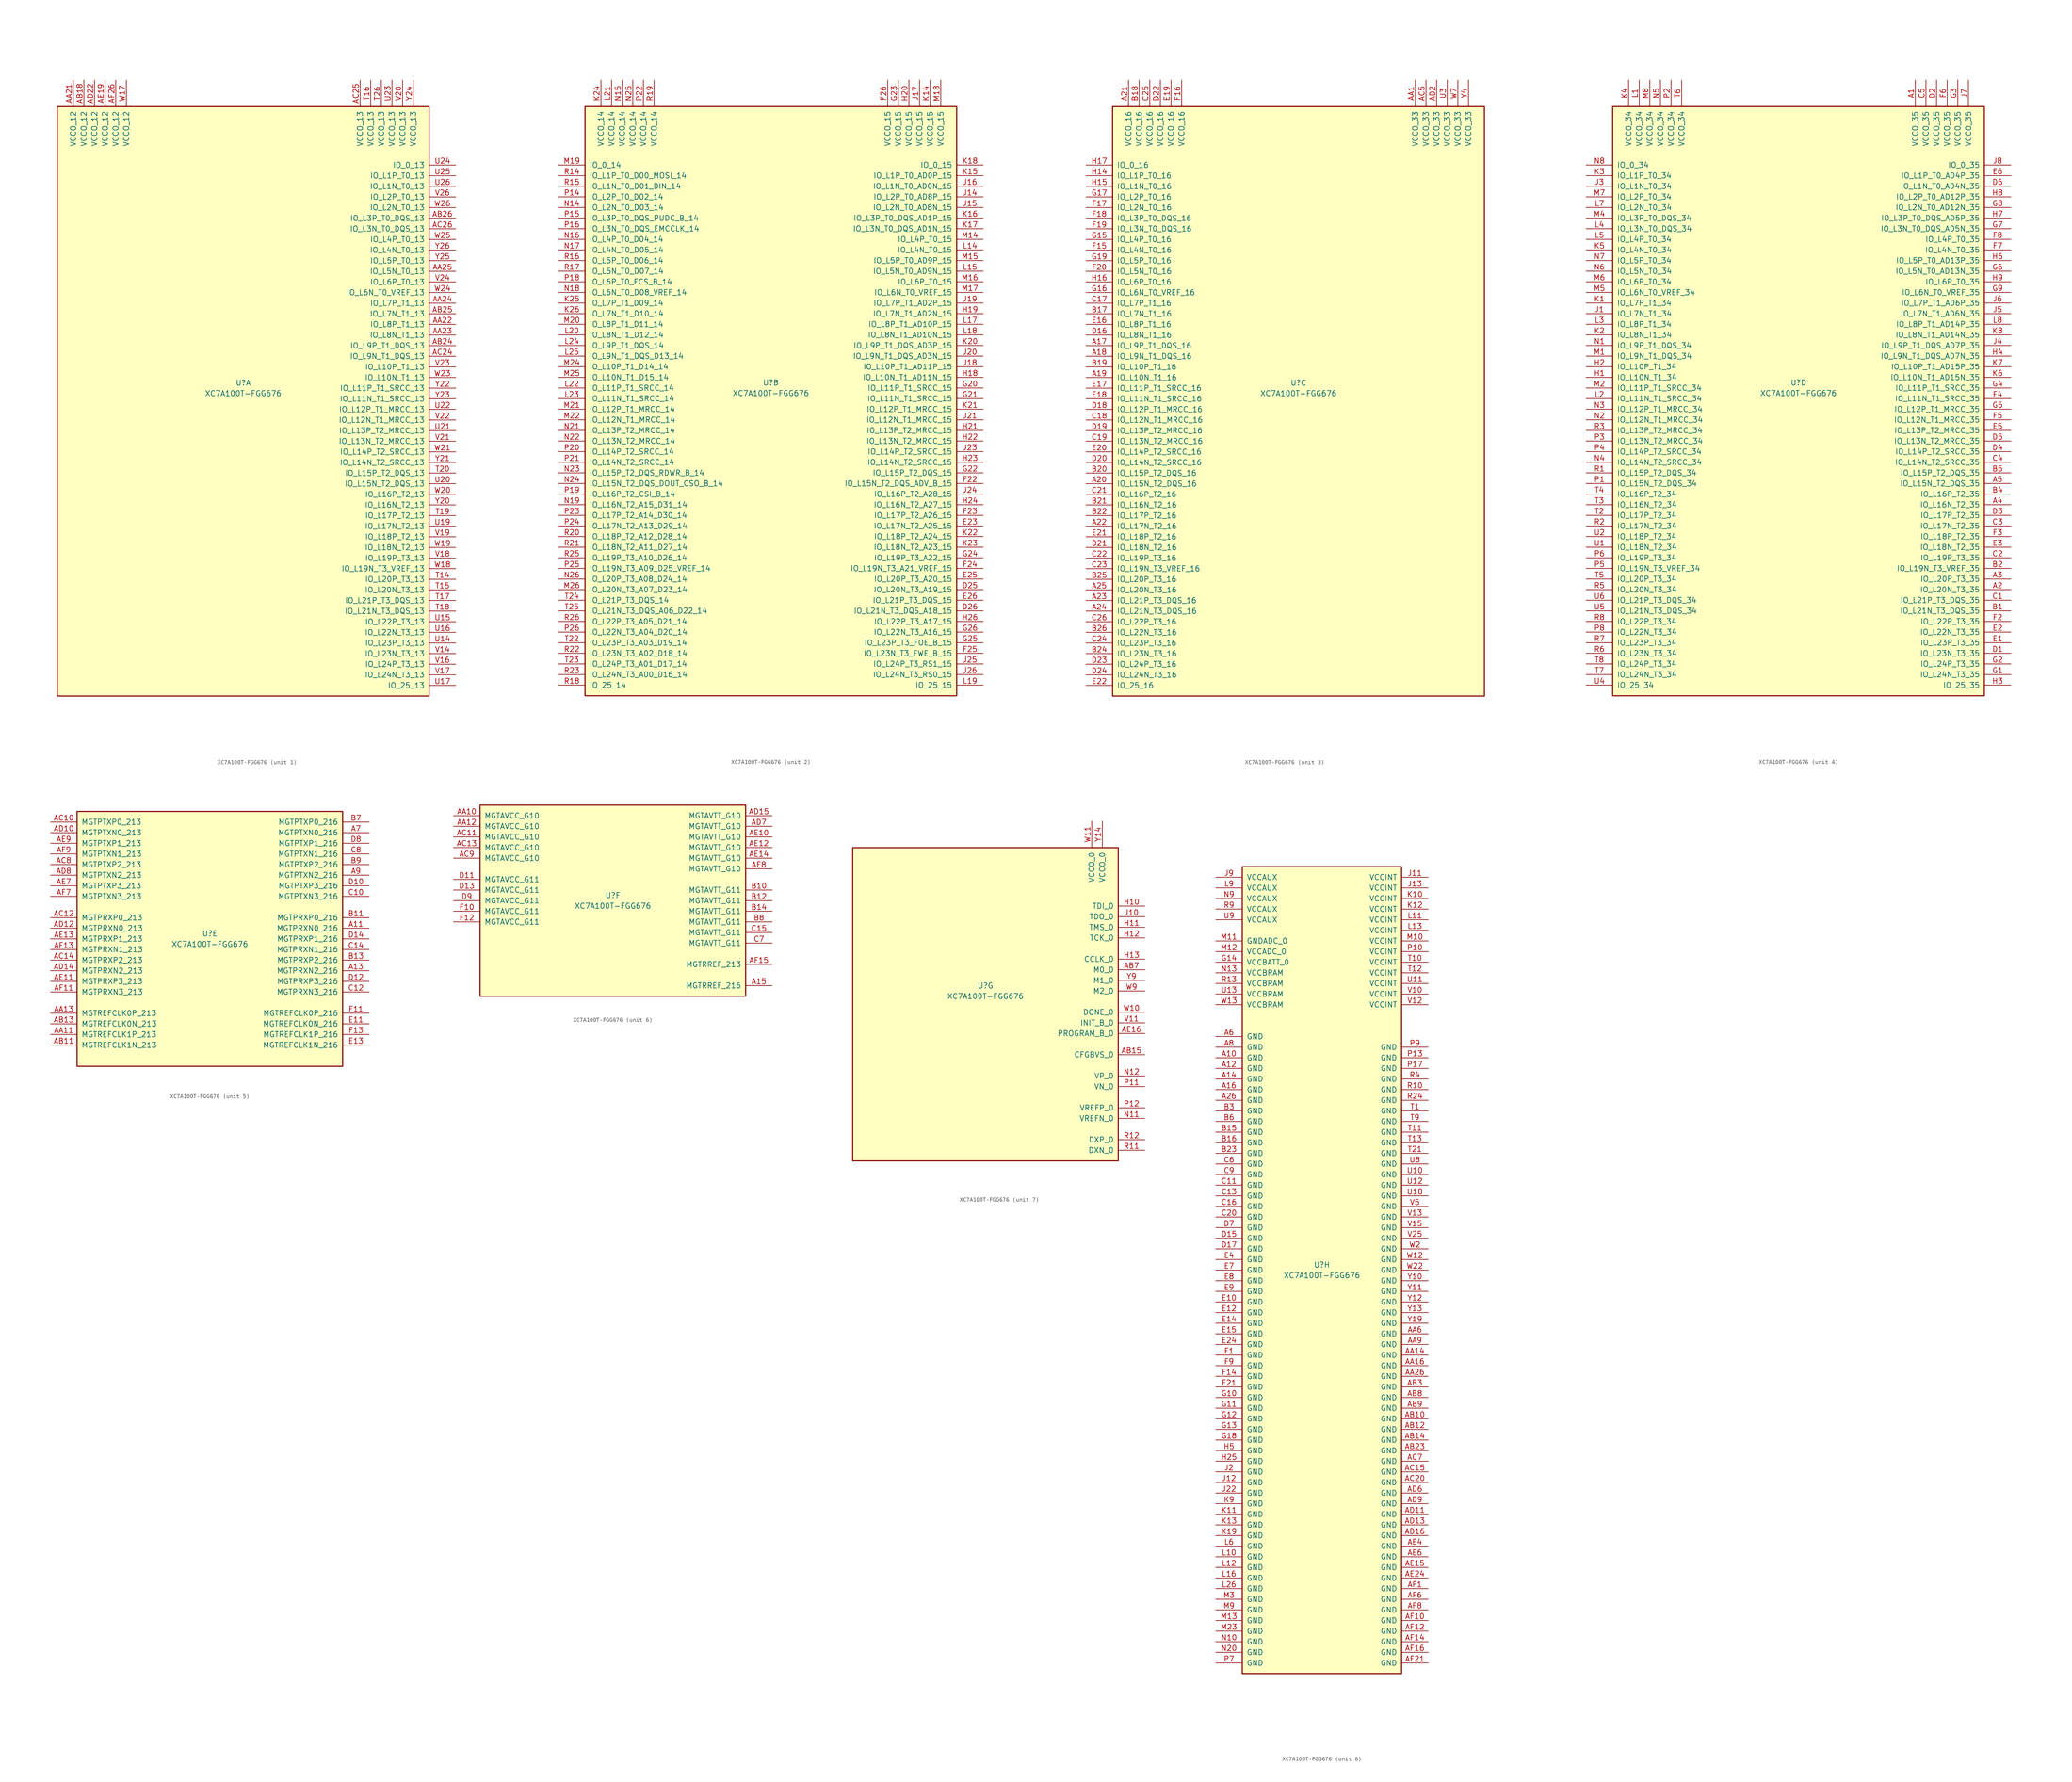
<source format=kicad_sym>
(kicad_symbol_lib
  (version 20201005)
  (generator kicad_symbol_editor)
  (symbol "XC7A100T-FGG676"
    (pin_names
      (offset 1.016))
    (property "Reference" "U"
      (at 0 1.27 0)
      (effects (font (size 1.27 1.27))))
    (property "Value" "XC7A100T-FGG676"
      (at 0 -1.27 0)
      (effects (font (size 1.27 1.27))))
    (property "Datasheet" ""
      (at 0 0 0)
      (effects (font (size 1.27 1.27))))
    (property "ki_locked" ""
      (at 0 0 0)
      (effects (font (size 1.27 1.27))))
    (symbol "XC7A100T-FGG676_1_1"
      (rectangle (start -44.45 67.31) (end 44.45 -73.66) (stroke (width 0.254)) (fill (type background)))
      (pin power_in line (at -40.64 73.66 270) (length 6.35) (name "VCCO_12" (effects (font (size 1.27 1.27)))) (number "AA21" (effects (font (size 1.27 1.27)))))
      (pin power_in line (at -38.1 73.66 270) (length 6.35) (name "VCCO_12" (effects (font (size 1.27 1.27)))) (number "AB18" (effects (font (size 1.27 1.27)))))
      (pin power_in line (at -35.56 73.66 270) (length 6.35) (name "VCCO_12" (effects (font (size 1.27 1.27)))) (number "AD22" (effects (font (size 1.27 1.27)))))
      (pin power_in line (at -33.02 73.66 270) (length 6.35) (name "VCCO_12" (effects (font (size 1.27 1.27)))) (number "AE19" (effects (font (size 1.27 1.27)))))
      (pin power_in line (at -30.48 73.66 270) (length 6.35) (name "VCCO_12" (effects (font (size 1.27 1.27)))) (number "AF26" (effects (font (size 1.27 1.27)))))
      (pin power_in line (at -27.94 73.66 270) (length 6.35) (name "VCCO_12" (effects (font (size 1.27 1.27)))) (number "W17" (effects (font (size 1.27 1.27)))))
      (pin power_in line (at 27.94 73.66 270) (length 6.35) (name "VCCO_13" (effects (font (size 1.27 1.27)))) (number "AC25" (effects (font (size 1.27 1.27)))))
      (pin power_in line (at 30.48 73.66 270) (length 6.35) (name "VCCO_13" (effects (font (size 1.27 1.27)))) (number "T16" (effects (font (size 1.27 1.27)))))
      (pin power_in line (at 33.02 73.66 270) (length 6.35) (name "VCCO_13" (effects (font (size 1.27 1.27)))) (number "T26" (effects (font (size 1.27 1.27)))))
      (pin power_in line (at 35.56 73.66 270) (length 6.35) (name "VCCO_13" (effects (font (size 1.27 1.27)))) (number "U23" (effects (font (size 1.27 1.27)))))
      (pin power_in line (at 38.1 73.66 270) (length 6.35) (name "VCCO_13" (effects (font (size 1.27 1.27)))) (number "V20" (effects (font (size 1.27 1.27)))))
      (pin power_in line (at 40.64 73.66 270) (length 6.35) (name "VCCO_13" (effects (font (size 1.27 1.27)))) (number "Y24" (effects (font (size 1.27 1.27)))))
      (pin bidirectional line (at 50.8 53.34 180) (length 6.35) (name "IO_0_13" (effects (font (size 1.27 1.27)))) (number "U24" (effects (font (size 1.27 1.27)))))
      (pin bidirectional line (at 50.8 50.8 180) (length 6.35) (name "IO_L1P_T0_13" (effects (font (size 1.27 1.27)))) (number "U25" (effects (font (size 1.27 1.27)))))
      (pin bidirectional line (at 50.8 48.26 180) (length 6.35) (name "IO_L1N_T0_13" (effects (font (size 1.27 1.27)))) (number "U26" (effects (font (size 1.27 1.27)))))
      (pin bidirectional line (at 50.8 45.72 180) (length 6.35) (name "IO_L2P_T0_13" (effects (font (size 1.27 1.27)))) (number "V26" (effects (font (size 1.27 1.27)))))
      (pin bidirectional line (at 50.8 43.18 180) (length 6.35) (name "IO_L2N_T0_13" (effects (font (size 1.27 1.27)))) (number "W26" (effects (font (size 1.27 1.27)))))
      (pin bidirectional line (at 50.8 40.64 180) (length 6.35) (name "IO_L3P_T0_DQS_13" (effects (font (size 1.27 1.27)))) (number "AB26" (effects (font (size 1.27 1.27)))))
      (pin bidirectional line (at 50.8 38.1 180) (length 6.35) (name "IO_L3N_T0_DQS_13" (effects (font (size 1.27 1.27)))) (number "AC26" (effects (font (size 1.27 1.27)))))
      (pin bidirectional line (at 50.8 35.56 180) (length 6.35) (name "IO_L4P_T0_13" (effects (font (size 1.27 1.27)))) (number "W25" (effects (font (size 1.27 1.27)))))
      (pin bidirectional line (at 50.8 33.02 180) (length 6.35) (name "IO_L4N_T0_13" (effects (font (size 1.27 1.27)))) (number "Y26" (effects (font (size 1.27 1.27)))))
      (pin bidirectional line (at 50.8 30.48 180) (length 6.35) (name "IO_L5P_T0_13" (effects (font (size 1.27 1.27)))) (number "Y25" (effects (font (size 1.27 1.27)))))
      (pin bidirectional line (at 50.8 27.94 180) (length 6.35) (name "IO_L5N_T0_13" (effects (font (size 1.27 1.27)))) (number "AA25" (effects (font (size 1.27 1.27)))))
      (pin bidirectional line (at 50.8 25.4 180) (length 6.35) (name "IO_L6P_T0_13" (effects (font (size 1.27 1.27)))) (number "V24" (effects (font (size 1.27 1.27)))))
      (pin bidirectional line (at 50.8 22.86 180) (length 6.35) (name "IO_L6N_T0_VREF_13" (effects (font (size 1.27 1.27)))) (number "W24" (effects (font (size 1.27 1.27)))))
      (pin bidirectional line (at 50.8 20.32 180) (length 6.35) (name "IO_L7P_T1_13" (effects (font (size 1.27 1.27)))) (number "AA24" (effects (font (size 1.27 1.27)))))
      (pin bidirectional line (at 50.8 17.78 180) (length 6.35) (name "IO_L7N_T1_13" (effects (font (size 1.27 1.27)))) (number "AB25" (effects (font (size 1.27 1.27)))))
      (pin bidirectional line (at 50.8 15.24 180) (length 6.35) (name "IO_L8P_T1_13" (effects (font (size 1.27 1.27)))) (number "AA22" (effects (font (size 1.27 1.27)))))
      (pin bidirectional line (at 50.8 12.7 180) (length 6.35) (name "IO_L8N_T1_13" (effects (font (size 1.27 1.27)))) (number "AA23" (effects (font (size 1.27 1.27)))))
      (pin bidirectional line (at 50.8 10.16 180) (length 6.35) (name "IO_L9P_T1_DQS_13" (effects (font (size 1.27 1.27)))) (number "AB24" (effects (font (size 1.27 1.27)))))
      (pin bidirectional line (at 50.8 7.62 180) (length 6.35) (name "IO_L9N_T1_DQS_13" (effects (font (size 1.27 1.27)))) (number "AC24" (effects (font (size 1.27 1.27)))))
      (pin bidirectional line (at 50.8 5.08 180) (length 6.35) (name "IO_L10P_T1_13" (effects (font (size 1.27 1.27)))) (number "V23" (effects (font (size 1.27 1.27)))))
      (pin bidirectional line (at 50.8 2.54 180) (length 6.35) (name "IO_L10N_T1_13" (effects (font (size 1.27 1.27)))) (number "W23" (effects (font (size 1.27 1.27)))))
      (pin bidirectional line (at 50.8 0 180) (length 6.35) (name "IO_L11P_T1_SRCC_13" (effects (font (size 1.27 1.27)))) (number "Y22" (effects (font (size 1.27 1.27)))))
      (pin bidirectional line (at 50.8 -2.54 180) (length 6.35) (name "IO_L11N_T1_SRCC_13" (effects (font (size 1.27 1.27)))) (number "Y23" (effects (font (size 1.27 1.27)))))
      (pin bidirectional line (at 50.8 -5.08 180) (length 6.35) (name "IO_L12P_T1_MRCC_13" (effects (font (size 1.27 1.27)))) (number "U22" (effects (font (size 1.27 1.27)))))
      (pin bidirectional line (at 50.8 -7.62 180) (length 6.35) (name "IO_L12N_T1_MRCC_13" (effects (font (size 1.27 1.27)))) (number "V22" (effects (font (size 1.27 1.27)))))
      (pin bidirectional line (at 50.8 -10.16 180) (length 6.35) (name "IO_L13P_T2_MRCC_13" (effects (font (size 1.27 1.27)))) (number "U21" (effects (font (size 1.27 1.27)))))
      (pin bidirectional line (at 50.8 -12.7 180) (length 6.35) (name "IO_L13N_T2_MRCC_13" (effects (font (size 1.27 1.27)))) (number "V21" (effects (font (size 1.27 1.27)))))
      (pin bidirectional line (at 50.8 -15.24 180) (length 6.35) (name "IO_L14P_T2_SRCC_13" (effects (font (size 1.27 1.27)))) (number "W21" (effects (font (size 1.27 1.27)))))
      (pin bidirectional line (at 50.8 -17.78 180) (length 6.35) (name "IO_L14N_T2_SRCC_13" (effects (font (size 1.27 1.27)))) (number "Y21" (effects (font (size 1.27 1.27)))))
      (pin bidirectional line (at 50.8 -20.32 180) (length 6.35) (name "IO_L15P_T2_DQS_13" (effects (font (size 1.27 1.27)))) (number "T20" (effects (font (size 1.27 1.27)))))
      (pin bidirectional line (at 50.8 -22.86 180) (length 6.35) (name "IO_L15N_T2_DQS_13" (effects (font (size 1.27 1.27)))) (number "U20" (effects (font (size 1.27 1.27)))))
      (pin bidirectional line (at 50.8 -25.4 180) (length 6.35) (name "IO_L16P_T2_13" (effects (font (size 1.27 1.27)))) (number "W20" (effects (font (size 1.27 1.27)))))
      (pin bidirectional line (at 50.8 -27.94 180) (length 6.35) (name "IO_L16N_T2_13" (effects (font (size 1.27 1.27)))) (number "Y20" (effects (font (size 1.27 1.27)))))
      (pin bidirectional line (at 50.8 -30.48 180) (length 6.35) (name "IO_L17P_T2_13" (effects (font (size 1.27 1.27)))) (number "T19" (effects (font (size 1.27 1.27)))))
      (pin bidirectional line (at 50.8 -33.02 180) (length 6.35) (name "IO_L17N_T2_13" (effects (font (size 1.27 1.27)))) (number "U19" (effects (font (size 1.27 1.27)))))
      (pin bidirectional line (at 50.8 -35.56 180) (length 6.35) (name "IO_L18P_T2_13" (effects (font (size 1.27 1.27)))) (number "V19" (effects (font (size 1.27 1.27)))))
      (pin bidirectional line (at 50.8 -38.1 180) (length 6.35) (name "IO_L18N_T2_13" (effects (font (size 1.27 1.27)))) (number "W19" (effects (font (size 1.27 1.27)))))
      (pin bidirectional line (at 50.8 -40.64 180) (length 6.35) (name "IO_L19P_T3_13" (effects (font (size 1.27 1.27)))) (number "V18" (effects (font (size 1.27 1.27)))))
      (pin bidirectional line (at 50.8 -43.18 180) (length 6.35) (name "IO_L19N_T3_VREF_13" (effects (font (size 1.27 1.27)))) (number "W18" (effects (font (size 1.27 1.27)))))
      (pin bidirectional line (at 50.8 -45.72 180) (length 6.35) (name "IO_L20P_T3_13" (effects (font (size 1.27 1.27)))) (number "T14" (effects (font (size 1.27 1.27)))))
      (pin bidirectional line (at 50.8 -48.26 180) (length 6.35) (name "IO_L20N_T3_13" (effects (font (size 1.27 1.27)))) (number "T15" (effects (font (size 1.27 1.27)))))
      (pin bidirectional line (at 50.8 -50.8 180) (length 6.35) (name "IO_L21P_T3_DQS_13" (effects (font (size 1.27 1.27)))) (number "T17" (effects (font (size 1.27 1.27)))))
      (pin bidirectional line (at 50.8 -53.34 180) (length 6.35) (name "IO_L21N_T3_DQS_13" (effects (font (size 1.27 1.27)))) (number "T18" (effects (font (size 1.27 1.27)))))
      (pin bidirectional line (at 50.8 -55.88 180) (length 6.35) (name "IO_L22P_T3_13" (effects (font (size 1.27 1.27)))) (number "U15" (effects (font (size 1.27 1.27)))))
      (pin bidirectional line (at 50.8 -58.42 180) (length 6.35) (name "IO_L22N_T3_13" (effects (font (size 1.27 1.27)))) (number "U16" (effects (font (size 1.27 1.27)))))
      (pin bidirectional line (at 50.8 -60.96 180) (length 6.35) (name "IO_L23P_T3_13" (effects (font (size 1.27 1.27)))) (number "U14" (effects (font (size 1.27 1.27)))))
      (pin bidirectional line (at 50.8 -63.5 180) (length 6.35) (name "IO_L23N_T3_13" (effects (font (size 1.27 1.27)))) (number "V14" (effects (font (size 1.27 1.27)))))
      (pin bidirectional line (at 50.8 -66.04 180) (length 6.35) (name "IO_L24P_T3_13" (effects (font (size 1.27 1.27)))) (number "V16" (effects (font (size 1.27 1.27)))))
      (pin bidirectional line (at 50.8 -68.58 180) (length 6.35) (name "IO_L24N_T3_13" (effects (font (size 1.27 1.27)))) (number "V17" (effects (font (size 1.27 1.27)))))
      (pin bidirectional line (at 50.8 -71.12 180) (length 6.35) (name "IO_25_13" (effects (font (size 1.27 1.27)))) (number "U17" (effects (font (size 1.27 1.27))))))
    (symbol "XC7A100T-FGG676_2_1"
      (rectangle (start -44.45 67.31) (end 44.45 -73.66) (stroke (width 0.254)) (fill (type background)))
      (pin power_in line (at -40.64 73.66 270) (length 6.35) (name "VCCO_14" (effects (font (size 1.27 1.27)))) (number "K24" (effects (font (size 1.27 1.27)))))
      (pin power_in line (at -38.1 73.66 270) (length 6.35) (name "VCCO_14" (effects (font (size 1.27 1.27)))) (number "L21" (effects (font (size 1.27 1.27)))))
      (pin power_in line (at -35.56 73.66 270) (length 6.35) (name "VCCO_14" (effects (font (size 1.27 1.27)))) (number "N15" (effects (font (size 1.27 1.27)))))
      (pin power_in line (at -33.02 73.66 270) (length 6.35) (name "VCCO_14" (effects (font (size 1.27 1.27)))) (number "N25" (effects (font (size 1.27 1.27)))))
      (pin power_in line (at -30.48 73.66 270) (length 6.35) (name "VCCO_14" (effects (font (size 1.27 1.27)))) (number "P22" (effects (font (size 1.27 1.27)))))
      (pin power_in line (at -27.94 73.66 270) (length 6.35) (name "VCCO_14" (effects (font (size 1.27 1.27)))) (number "R19" (effects (font (size 1.27 1.27)))))
      (pin bidirectional line (at -50.8 53.34 0) (length 6.35) (name "IO_0_14" (effects (font (size 1.27 1.27)))) (number "M19" (effects (font (size 1.27 1.27)))))
      (pin bidirectional line (at -50.8 50.8 0) (length 6.35) (name "IO_L1P_T0_D00_MOSI_14" (effects (font (size 1.27 1.27)))) (number "R14" (effects (font (size 1.27 1.27)))))
      (pin bidirectional line (at -50.8 48.26 0) (length 6.35) (name "IO_L1N_T0_D01_DIN_14" (effects (font (size 1.27 1.27)))) (number "R15" (effects (font (size 1.27 1.27)))))
      (pin bidirectional line (at -50.8 45.72 0) (length 6.35) (name "IO_L2P_T0_D02_14" (effects (font (size 1.27 1.27)))) (number "P14" (effects (font (size 1.27 1.27)))))
      (pin bidirectional line (at -50.8 43.18 0) (length 6.35) (name "IO_L2N_T0_D03_14" (effects (font (size 1.27 1.27)))) (number "N14" (effects (font (size 1.27 1.27)))))
      (pin bidirectional line (at -50.8 40.64 0) (length 6.35) (name "IO_L3P_T0_DQS_PUDC_B_14" (effects (font (size 1.27 1.27)))) (number "P15" (effects (font (size 1.27 1.27)))))
      (pin bidirectional line (at -50.8 38.1 0) (length 6.35) (name "IO_L3N_T0_DQS_EMCCLK_14" (effects (font (size 1.27 1.27)))) (number "P16" (effects (font (size 1.27 1.27)))))
      (pin bidirectional line (at -50.8 35.56 0) (length 6.35) (name "IO_L4P_T0_D04_14" (effects (font (size 1.27 1.27)))) (number "N16" (effects (font (size 1.27 1.27)))))
      (pin bidirectional line (at -50.8 33.02 0) (length 6.35) (name "IO_L4N_T0_D05_14" (effects (font (size 1.27 1.27)))) (number "N17" (effects (font (size 1.27 1.27)))))
      (pin bidirectional line (at -50.8 30.48 0) (length 6.35) (name "IO_L5P_T0_D06_14" (effects (font (size 1.27 1.27)))) (number "R16" (effects (font (size 1.27 1.27)))))
      (pin bidirectional line (at -50.8 27.94 0) (length 6.35) (name "IO_L5N_T0_D07_14" (effects (font (size 1.27 1.27)))) (number "R17" (effects (font (size 1.27 1.27)))))
      (pin bidirectional line (at -50.8 25.4 0) (length 6.35) (name "IO_L6P_T0_FCS_B_14" (effects (font (size 1.27 1.27)))) (number "P18" (effects (font (size 1.27 1.27)))))
      (pin bidirectional line (at -50.8 22.86 0) (length 6.35) (name "IO_L6N_T0_D08_VREF_14" (effects (font (size 1.27 1.27)))) (number "N18" (effects (font (size 1.27 1.27)))))
      (pin bidirectional line (at -50.8 20.32 0) (length 6.35) (name "IO_L7P_T1_D09_14" (effects (font (size 1.27 1.27)))) (number "K25" (effects (font (size 1.27 1.27)))))
      (pin bidirectional line (at -50.8 17.78 0) (length 6.35) (name "IO_L7N_T1_D10_14" (effects (font (size 1.27 1.27)))) (number "K26" (effects (font (size 1.27 1.27)))))
      (pin bidirectional line (at -50.8 15.24 0) (length 6.35) (name "IO_L8P_T1_D11_14" (effects (font (size 1.27 1.27)))) (number "M20" (effects (font (size 1.27 1.27)))))
      (pin bidirectional line (at -50.8 12.7 0) (length 6.35) (name "IO_L8N_T1_D12_14" (effects (font (size 1.27 1.27)))) (number "L20" (effects (font (size 1.27 1.27)))))
      (pin bidirectional line (at -50.8 10.16 0) (length 6.35) (name "IO_L9P_T1_DQS_14" (effects (font (size 1.27 1.27)))) (number "L24" (effects (font (size 1.27 1.27)))))
      (pin bidirectional line (at -50.8 7.62 0) (length 6.35) (name "IO_L9N_T1_DQS_D13_14" (effects (font (size 1.27 1.27)))) (number "L25" (effects (font (size 1.27 1.27)))))
      (pin bidirectional line (at -50.8 5.08 0) (length 6.35) (name "IO_L10P_T1_D14_14" (effects (font (size 1.27 1.27)))) (number "M24" (effects (font (size 1.27 1.27)))))
      (pin bidirectional line (at -50.8 2.54 0) (length 6.35) (name "IO_L10N_T1_D15_14" (effects (font (size 1.27 1.27)))) (number "M25" (effects (font (size 1.27 1.27)))))
      (pin bidirectional line (at -50.8 0 0) (length 6.35) (name "IO_L11P_T1_SRCC_14" (effects (font (size 1.27 1.27)))) (number "L22" (effects (font (size 1.27 1.27)))))
      (pin bidirectional line (at -50.8 -2.54 0) (length 6.35) (name "IO_L11N_T1_SRCC_14" (effects (font (size 1.27 1.27)))) (number "L23" (effects (font (size 1.27 1.27)))))
      (pin bidirectional line (at -50.8 -5.08 0) (length 6.35) (name "IO_L12P_T1_MRCC_14" (effects (font (size 1.27 1.27)))) (number "M21" (effects (font (size 1.27 1.27)))))
      (pin bidirectional line (at -50.8 -7.62 0) (length 6.35) (name "IO_L12N_T1_MRCC_14" (effects (font (size 1.27 1.27)))) (number "M22" (effects (font (size 1.27 1.27)))))
      (pin bidirectional line (at -50.8 -10.16 0) (length 6.35) (name "IO_L13P_T2_MRCC_14" (effects (font (size 1.27 1.27)))) (number "N21" (effects (font (size 1.27 1.27)))))
      (pin bidirectional line (at -50.8 -12.7 0) (length 6.35) (name "IO_L13N_T2_MRCC_14" (effects (font (size 1.27 1.27)))) (number "N22" (effects (font (size 1.27 1.27)))))
      (pin bidirectional line (at -50.8 -15.24 0) (length 6.35) (name "IO_L14P_T2_SRCC_14" (effects (font (size 1.27 1.27)))) (number "P20" (effects (font (size 1.27 1.27)))))
      (pin bidirectional line (at -50.8 -17.78 0) (length 6.35) (name "IO_L14N_T2_SRCC_14" (effects (font (size 1.27 1.27)))) (number "P21" (effects (font (size 1.27 1.27)))))
      (pin bidirectional line (at -50.8 -20.32 0) (length 6.35) (name "IO_L15P_T2_DQS_RDWR_B_14" (effects (font (size 1.27 1.27)))) (number "N23" (effects (font (size 1.27 1.27)))))
      (pin bidirectional line (at -50.8 -22.86 0) (length 6.35) (name "IO_L15N_T2_DQS_DOUT_CSO_B_14" (effects (font (size 1.27 1.27)))) (number "N24" (effects (font (size 1.27 1.27)))))
      (pin bidirectional line (at -50.8 -25.4 0) (length 6.35) (name "IO_L16P_T2_CSI_B_14" (effects (font (size 1.27 1.27)))) (number "P19" (effects (font (size 1.27 1.27)))))
      (pin bidirectional line (at -50.8 -27.94 0) (length 6.35) (name "IO_L16N_T2_A15_D31_14" (effects (font (size 1.27 1.27)))) (number "N19" (effects (font (size 1.27 1.27)))))
      (pin bidirectional line (at -50.8 -30.48 0) (length 6.35) (name "IO_L17P_T2_A14_D30_14" (effects (font (size 1.27 1.27)))) (number "P23" (effects (font (size 1.27 1.27)))))
      (pin bidirectional line (at -50.8 -33.02 0) (length 6.35) (name "IO_L17N_T2_A13_D29_14" (effects (font (size 1.27 1.27)))) (number "P24" (effects (font (size 1.27 1.27)))))
      (pin bidirectional line (at -50.8 -35.56 0) (length 6.35) (name "IO_L18P_T2_A12_D28_14" (effects (font (size 1.27 1.27)))) (number "R20" (effects (font (size 1.27 1.27)))))
      (pin bidirectional line (at -50.8 -38.1 0) (length 6.35) (name "IO_L18N_T2_A11_D27_14" (effects (font (size 1.27 1.27)))) (number "R21" (effects (font (size 1.27 1.27)))))
      (pin bidirectional line (at -50.8 -40.64 0) (length 6.35) (name "IO_L19P_T3_A10_D26_14" (effects (font (size 1.27 1.27)))) (number "R25" (effects (font (size 1.27 1.27)))))
      (pin bidirectional line (at -50.8 -43.18 0) (length 6.35) (name "IO_L19N_T3_A09_D25_VREF_14" (effects (font (size 1.27 1.27)))) (number "P25" (effects (font (size 1.27 1.27)))))
      (pin bidirectional line (at -50.8 -45.72 0) (length 6.35) (name "IO_L20P_T3_A08_D24_14" (effects (font (size 1.27 1.27)))) (number "N26" (effects (font (size 1.27 1.27)))))
      (pin bidirectional line (at -50.8 -48.26 0) (length 6.35) (name "IO_L20N_T3_A07_D23_14" (effects (font (size 1.27 1.27)))) (number "M26" (effects (font (size 1.27 1.27)))))
      (pin bidirectional line (at -50.8 -50.8 0) (length 6.35) (name "IO_L21P_T3_DQS_14" (effects (font (size 1.27 1.27)))) (number "T24" (effects (font (size 1.27 1.27)))))
      (pin bidirectional line (at -50.8 -53.34 0) (length 6.35) (name "IO_L21N_T3_DQS_A06_D22_14" (effects (font (size 1.27 1.27)))) (number "T25" (effects (font (size 1.27 1.27)))))
      (pin bidirectional line (at -50.8 -55.88 0) (length 6.35) (name "IO_L22P_T3_A05_D21_14" (effects (font (size 1.27 1.27)))) (number "R26" (effects (font (size 1.27 1.27)))))
      (pin bidirectional line (at -50.8 -58.42 0) (length 6.35) (name "IO_L22N_T3_A04_D20_14" (effects (font (size 1.27 1.27)))) (number "P26" (effects (font (size 1.27 1.27)))))
      (pin bidirectional line (at -50.8 -60.96 0) (length 6.35) (name "IO_L23P_T3_A03_D19_14" (effects (font (size 1.27 1.27)))) (number "T22" (effects (font (size 1.27 1.27)))))
      (pin bidirectional line (at -50.8 -63.5 0) (length 6.35) (name "IO_L23N_T3_A02_D18_14" (effects (font (size 1.27 1.27)))) (number "R22" (effects (font (size 1.27 1.27)))))
      (pin bidirectional line (at -50.8 -66.04 0) (length 6.35) (name "IO_L24P_T3_A01_D17_14" (effects (font (size 1.27 1.27)))) (number "T23" (effects (font (size 1.27 1.27)))))
      (pin bidirectional line (at -50.8 -68.58 0) (length 6.35) (name "IO_L24N_T3_A00_D16_14" (effects (font (size 1.27 1.27)))) (number "R23" (effects (font (size 1.27 1.27)))))
      (pin bidirectional line (at -50.8 -71.12 0) (length 6.35) (name "IO_25_14" (effects (font (size 1.27 1.27)))) (number "R18" (effects (font (size 1.27 1.27)))))
      (pin power_in line (at 27.94 73.66 270) (length 6.35) (name "VCCO_15" (effects (font (size 1.27 1.27)))) (number "F26" (effects (font (size 1.27 1.27)))))
      (pin power_in line (at 30.48 73.66 270) (length 6.35) (name "VCCO_15" (effects (font (size 1.27 1.27)))) (number "G23" (effects (font (size 1.27 1.27)))))
      (pin power_in line (at 33.02 73.66 270) (length 6.35) (name "VCCO_15" (effects (font (size 1.27 1.27)))) (number "H20" (effects (font (size 1.27 1.27)))))
      (pin power_in line (at 35.56 73.66 270) (length 6.35) (name "VCCO_15" (effects (font (size 1.27 1.27)))) (number "J17" (effects (font (size 1.27 1.27)))))
      (pin power_in line (at 38.1 73.66 270) (length 6.35) (name "VCCO_15" (effects (font (size 1.27 1.27)))) (number "K14" (effects (font (size 1.27 1.27)))))
      (pin power_in line (at 40.64 73.66 270) (length 6.35) (name "VCCO_15" (effects (font (size 1.27 1.27)))) (number "M18" (effects (font (size 1.27 1.27)))))
      (pin bidirectional line (at 50.8 53.34 180) (length 6.35) (name "IO_0_15" (effects (font (size 1.27 1.27)))) (number "K18" (effects (font (size 1.27 1.27)))))
      (pin bidirectional line (at 50.8 50.8 180) (length 6.35) (name "IO_L1P_T0_AD0P_15" (effects (font (size 1.27 1.27)))) (number "K15" (effects (font (size 1.27 1.27)))))
      (pin bidirectional line (at 50.8 48.26 180) (length 6.35) (name "IO_L1N_T0_AD0N_15" (effects (font (size 1.27 1.27)))) (number "J16" (effects (font (size 1.27 1.27)))))
      (pin bidirectional line (at 50.8 45.72 180) (length 6.35) (name "IO_L2P_T0_AD8P_15" (effects (font (size 1.27 1.27)))) (number "J14" (effects (font (size 1.27 1.27)))))
      (pin bidirectional line (at 50.8 43.18 180) (length 6.35) (name "IO_L2N_T0_AD8N_15" (effects (font (size 1.27 1.27)))) (number "J15" (effects (font (size 1.27 1.27)))))
      (pin bidirectional line (at 50.8 40.64 180) (length 6.35) (name "IO_L3P_T0_DQS_AD1P_15" (effects (font (size 1.27 1.27)))) (number "K16" (effects (font (size 1.27 1.27)))))
      (pin bidirectional line (at 50.8 38.1 180) (length 6.35) (name "IO_L3N_T0_DQS_AD1N_15" (effects (font (size 1.27 1.27)))) (number "K17" (effects (font (size 1.27 1.27)))))
      (pin bidirectional line (at 50.8 35.56 180) (length 6.35) (name "IO_L4P_T0_15" (effects (font (size 1.27 1.27)))) (number "M14" (effects (font (size 1.27 1.27)))))
      (pin bidirectional line (at 50.8 33.02 180) (length 6.35) (name "IO_L4N_T0_15" (effects (font (size 1.27 1.27)))) (number "L14" (effects (font (size 1.27 1.27)))))
      (pin bidirectional line (at 50.8 30.48 180) (length 6.35) (name "IO_L5P_T0_AD9P_15" (effects (font (size 1.27 1.27)))) (number "M15" (effects (font (size 1.27 1.27)))))
      (pin bidirectional line (at 50.8 27.94 180) (length 6.35) (name "IO_L5N_T0_AD9N_15" (effects (font (size 1.27 1.27)))) (number "L15" (effects (font (size 1.27 1.27)))))
      (pin bidirectional line (at 50.8 25.4 180) (length 6.35) (name "IO_L6P_T0_15" (effects (font (size 1.27 1.27)))) (number "M16" (effects (font (size 1.27 1.27)))))
      (pin bidirectional line (at 50.8 22.86 180) (length 6.35) (name "IO_L6N_T0_VREF_15" (effects (font (size 1.27 1.27)))) (number "M17" (effects (font (size 1.27 1.27)))))
      (pin bidirectional line (at 50.8 20.32 180) (length 6.35) (name "IO_L7P_T1_AD2P_15" (effects (font (size 1.27 1.27)))) (number "J19" (effects (font (size 1.27 1.27)))))
      (pin bidirectional line (at 50.8 17.78 180) (length 6.35) (name "IO_L7N_T1_AD2N_15" (effects (font (size 1.27 1.27)))) (number "H19" (effects (font (size 1.27 1.27)))))
      (pin bidirectional line (at 50.8 15.24 180) (length 6.35) (name "IO_L8P_T1_AD10P_15" (effects (font (size 1.27 1.27)))) (number "L17" (effects (font (size 1.27 1.27)))))
      (pin bidirectional line (at 50.8 12.7 180) (length 6.35) (name "IO_L8N_T1_AD10N_15" (effects (font (size 1.27 1.27)))) (number "L18" (effects (font (size 1.27 1.27)))))
      (pin bidirectional line (at 50.8 10.16 180) (length 6.35) (name "IO_L9P_T1_DQS_AD3P_15" (effects (font (size 1.27 1.27)))) (number "K20" (effects (font (size 1.27 1.27)))))
      (pin bidirectional line (at 50.8 7.62 180) (length 6.35) (name "IO_L9N_T1_DQS_AD3N_15" (effects (font (size 1.27 1.27)))) (number "J20" (effects (font (size 1.27 1.27)))))
      (pin bidirectional line (at 50.8 5.08 180) (length 6.35) (name "IO_L10P_T1_AD11P_15" (effects (font (size 1.27 1.27)))) (number "J18" (effects (font (size 1.27 1.27)))))
      (pin bidirectional line (at 50.8 2.54 180) (length 6.35) (name "IO_L10N_T1_AD11N_15" (effects (font (size 1.27 1.27)))) (number "H18" (effects (font (size 1.27 1.27)))))
      (pin bidirectional line (at 50.8 0 180) (length 6.35) (name "IO_L11P_T1_SRCC_15" (effects (font (size 1.27 1.27)))) (number "G20" (effects (font (size 1.27 1.27)))))
      (pin bidirectional line (at 50.8 -2.54 180) (length 6.35) (name "IO_L11N_T1_SRCC_15" (effects (font (size 1.27 1.27)))) (number "G21" (effects (font (size 1.27 1.27)))))
      (pin bidirectional line (at 50.8 -5.08 180) (length 6.35) (name "IO_L12P_T1_MRCC_15" (effects (font (size 1.27 1.27)))) (number "K21" (effects (font (size 1.27 1.27)))))
      (pin bidirectional line (at 50.8 -7.62 180) (length 6.35) (name "IO_L12N_T1_MRCC_15" (effects (font (size 1.27 1.27)))) (number "J21" (effects (font (size 1.27 1.27)))))
      (pin bidirectional line (at 50.8 -10.16 180) (length 6.35) (name "IO_L13P_T2_MRCC_15" (effects (font (size 1.27 1.27)))) (number "H21" (effects (font (size 1.27 1.27)))))
      (pin bidirectional line (at 50.8 -12.7 180) (length 6.35) (name "IO_L13N_T2_MRCC_15" (effects (font (size 1.27 1.27)))) (number "H22" (effects (font (size 1.27 1.27)))))
      (pin bidirectional line (at 50.8 -15.24 180) (length 6.35) (name "IO_L14P_T2_SRCC_15" (effects (font (size 1.27 1.27)))) (number "J23" (effects (font (size 1.27 1.27)))))
      (pin bidirectional line (at 50.8 -17.78 180) (length 6.35) (name "IO_L14N_T2_SRCC_15" (effects (font (size 1.27 1.27)))) (number "H23" (effects (font (size 1.27 1.27)))))
      (pin bidirectional line (at 50.8 -20.32 180) (length 6.35) (name "IO_L15P_T2_DQS_15" (effects (font (size 1.27 1.27)))) (number "G22" (effects (font (size 1.27 1.27)))))
      (pin bidirectional line (at 50.8 -22.86 180) (length 6.35) (name "IO_L15N_T2_DQS_ADV_B_15" (effects (font (size 1.27 1.27)))) (number "F22" (effects (font (size 1.27 1.27)))))
      (pin bidirectional line (at 50.8 -25.4 180) (length 6.35) (name "IO_L16P_T2_A28_15" (effects (font (size 1.27 1.27)))) (number "J24" (effects (font (size 1.27 1.27)))))
      (pin bidirectional line (at 50.8 -27.94 180) (length 6.35) (name "IO_L16N_T2_A27_15" (effects (font (size 1.27 1.27)))) (number "H24" (effects (font (size 1.27 1.27)))))
      (pin bidirectional line (at 50.8 -30.48 180) (length 6.35) (name "IO_L17P_T2_A26_15" (effects (font (size 1.27 1.27)))) (number "F23" (effects (font (size 1.27 1.27)))))
      (pin bidirectional line (at 50.8 -33.02 180) (length 6.35) (name "IO_L17N_T2_A25_15" (effects (font (size 1.27 1.27)))) (number "E23" (effects (font (size 1.27 1.27)))))
      (pin bidirectional line (at 50.8 -35.56 180) (length 6.35) (name "IO_L18P_T2_A24_15" (effects (font (size 1.27 1.27)))) (number "K22" (effects (font (size 1.27 1.27)))))
      (pin bidirectional line (at 50.8 -38.1 180) (length 6.35) (name "IO_L18N_T2_A23_15" (effects (font (size 1.27 1.27)))) (number "K23" (effects (font (size 1.27 1.27)))))
      (pin bidirectional line (at 50.8 -40.64 180) (length 6.35) (name "IO_L19P_T3_A22_15" (effects (font (size 1.27 1.27)))) (number "G24" (effects (font (size 1.27 1.27)))))
      (pin bidirectional line (at 50.8 -43.18 180) (length 6.35) (name "IO_L19N_T3_A21_VREF_15" (effects (font (size 1.27 1.27)))) (number "F24" (effects (font (size 1.27 1.27)))))
      (pin bidirectional line (at 50.8 -45.72 180) (length 6.35) (name "IO_L20P_T3_A20_15" (effects (font (size 1.27 1.27)))) (number "E25" (effects (font (size 1.27 1.27)))))
      (pin bidirectional line (at 50.8 -48.26 180) (length 6.35) (name "IO_L20N_T3_A19_15" (effects (font (size 1.27 1.27)))) (number "D25" (effects (font (size 1.27 1.27)))))
      (pin bidirectional line (at 50.8 -50.8 180) (length 6.35) (name "IO_L21P_T3_DQS_15" (effects (font (size 1.27 1.27)))) (number "E26" (effects (font (size 1.27 1.27)))))
      (pin bidirectional line (at 50.8 -53.34 180) (length 6.35) (name "IO_L21N_T3_DQS_A18_15" (effects (font (size 1.27 1.27)))) (number "D26" (effects (font (size 1.27 1.27)))))
      (pin bidirectional line (at 50.8 -55.88 180) (length 6.35) (name "IO_L22P_T3_A17_15" (effects (font (size 1.27 1.27)))) (number "H26" (effects (font (size 1.27 1.27)))))
      (pin bidirectional line (at 50.8 -58.42 180) (length 6.35) (name "IO_L22N_T3_A16_15" (effects (font (size 1.27 1.27)))) (number "G26" (effects (font (size 1.27 1.27)))))
      (pin bidirectional line (at 50.8 -60.96 180) (length 6.35) (name "IO_L23P_T3_FOE_B_15" (effects (font (size 1.27 1.27)))) (number "G25" (effects (font (size 1.27 1.27)))))
      (pin bidirectional line (at 50.8 -63.5 180) (length 6.35) (name "IO_L23N_T3_FWE_B_15" (effects (font (size 1.27 1.27)))) (number "F25" (effects (font (size 1.27 1.27)))))
      (pin bidirectional line (at 50.8 -66.04 180) (length 6.35) (name "IO_L24P_T3_RS1_15" (effects (font (size 1.27 1.27)))) (number "J25" (effects (font (size 1.27 1.27)))))
      (pin bidirectional line (at 50.8 -68.58 180) (length 6.35) (name "IO_L24N_T3_RS0_15" (effects (font (size 1.27 1.27)))) (number "J26" (effects (font (size 1.27 1.27)))))
      (pin bidirectional line (at 50.8 -71.12 180) (length 6.35) (name "IO_25_15" (effects (font (size 1.27 1.27)))) (number "L19" (effects (font (size 1.27 1.27))))))
    (symbol "XC7A100T-FGG676_3_1"
      (rectangle (start -44.45 67.31) (end 44.45 -73.66) (stroke (width 0.254)) (fill (type background)))
      (pin power_in line (at -40.64 73.66 270) (length 6.35) (name "VCCO_16" (effects (font (size 1.27 1.27)))) (number "A21" (effects (font (size 1.27 1.27)))))
      (pin power_in line (at -38.1 73.66 270) (length 6.35) (name "VCCO_16" (effects (font (size 1.27 1.27)))) (number "B18" (effects (font (size 1.27 1.27)))))
      (pin power_in line (at -35.56 73.66 270) (length 6.35) (name "VCCO_16" (effects (font (size 1.27 1.27)))) (number "C25" (effects (font (size 1.27 1.27)))))
      (pin power_in line (at -33.02 73.66 270) (length 6.35) (name "VCCO_16" (effects (font (size 1.27 1.27)))) (number "D22" (effects (font (size 1.27 1.27)))))
      (pin power_in line (at -30.48 73.66 270) (length 6.35) (name "VCCO_16" (effects (font (size 1.27 1.27)))) (number "E19" (effects (font (size 1.27 1.27)))))
      (pin power_in line (at -27.94 73.66 270) (length 6.35) (name "VCCO_16" (effects (font (size 1.27 1.27)))) (number "F16" (effects (font (size 1.27 1.27)))))
      (pin bidirectional line (at -50.8 53.34 0) (length 6.35) (name "IO_0_16" (effects (font (size 1.27 1.27)))) (number "H17" (effects (font (size 1.27 1.27)))))
      (pin bidirectional line (at -50.8 50.8 0) (length 6.35) (name "IO_L1P_T0_16" (effects (font (size 1.27 1.27)))) (number "H14" (effects (font (size 1.27 1.27)))))
      (pin bidirectional line (at -50.8 48.26 0) (length 6.35) (name "IO_L1N_T0_16" (effects (font (size 1.27 1.27)))) (number "H15" (effects (font (size 1.27 1.27)))))
      (pin bidirectional line (at -50.8 45.72 0) (length 6.35) (name "IO_L2P_T0_16" (effects (font (size 1.27 1.27)))) (number "G17" (effects (font (size 1.27 1.27)))))
      (pin bidirectional line (at -50.8 43.18 0) (length 6.35) (name "IO_L2N_T0_16" (effects (font (size 1.27 1.27)))) (number "F17" (effects (font (size 1.27 1.27)))))
      (pin bidirectional line (at -50.8 40.64 0) (length 6.35) (name "IO_L3P_T0_DQS_16" (effects (font (size 1.27 1.27)))) (number "F18" (effects (font (size 1.27 1.27)))))
      (pin bidirectional line (at -50.8 38.1 0) (length 6.35) (name "IO_L3N_T0_DQS_16" (effects (font (size 1.27 1.27)))) (number "F19" (effects (font (size 1.27 1.27)))))
      (pin bidirectional line (at -50.8 35.56 0) (length 6.35) (name "IO_L4P_T0_16" (effects (font (size 1.27 1.27)))) (number "G15" (effects (font (size 1.27 1.27)))))
      (pin bidirectional line (at -50.8 33.02 0) (length 6.35) (name "IO_L4N_T0_16" (effects (font (size 1.27 1.27)))) (number "F15" (effects (font (size 1.27 1.27)))))
      (pin bidirectional line (at -50.8 30.48 0) (length 6.35) (name "IO_L5P_T0_16" (effects (font (size 1.27 1.27)))) (number "G19" (effects (font (size 1.27 1.27)))))
      (pin bidirectional line (at -50.8 27.94 0) (length 6.35) (name "IO_L5N_T0_16" (effects (font (size 1.27 1.27)))) (number "F20" (effects (font (size 1.27 1.27)))))
      (pin bidirectional line (at -50.8 25.4 0) (length 6.35) (name "IO_L6P_T0_16" (effects (font (size 1.27 1.27)))) (number "H16" (effects (font (size 1.27 1.27)))))
      (pin bidirectional line (at -50.8 22.86 0) (length 6.35) (name "IO_L6N_T0_VREF_16" (effects (font (size 1.27 1.27)))) (number "G16" (effects (font (size 1.27 1.27)))))
      (pin bidirectional line (at -50.8 20.32 0) (length 6.35) (name "IO_L7P_T1_16" (effects (font (size 1.27 1.27)))) (number "C17" (effects (font (size 1.27 1.27)))))
      (pin bidirectional line (at -50.8 17.78 0) (length 6.35) (name "IO_L7N_T1_16" (effects (font (size 1.27 1.27)))) (number "B17" (effects (font (size 1.27 1.27)))))
      (pin bidirectional line (at -50.8 15.24 0) (length 6.35) (name "IO_L8P_T1_16" (effects (font (size 1.27 1.27)))) (number "E16" (effects (font (size 1.27 1.27)))))
      (pin bidirectional line (at -50.8 12.7 0) (length 6.35) (name "IO_L8N_T1_16" (effects (font (size 1.27 1.27)))) (number "D16" (effects (font (size 1.27 1.27)))))
      (pin bidirectional line (at -50.8 10.16 0) (length 6.35) (name "IO_L9P_T1_DQS_16" (effects (font (size 1.27 1.27)))) (number "A17" (effects (font (size 1.27 1.27)))))
      (pin bidirectional line (at -50.8 7.62 0) (length 6.35) (name "IO_L9N_T1_DQS_16" (effects (font (size 1.27 1.27)))) (number "A18" (effects (font (size 1.27 1.27)))))
      (pin bidirectional line (at -50.8 5.08 0) (length 6.35) (name "IO_L10P_T1_16" (effects (font (size 1.27 1.27)))) (number "B19" (effects (font (size 1.27 1.27)))))
      (pin bidirectional line (at -50.8 2.54 0) (length 6.35) (name "IO_L10N_T1_16" (effects (font (size 1.27 1.27)))) (number "A19" (effects (font (size 1.27 1.27)))))
      (pin bidirectional line (at -50.8 0 0) (length 6.35) (name "IO_L11P_T1_SRCC_16" (effects (font (size 1.27 1.27)))) (number "E17" (effects (font (size 1.27 1.27)))))
      (pin bidirectional line (at -50.8 -2.54 0) (length 6.35) (name "IO_L11N_T1_SRCC_16" (effects (font (size 1.27 1.27)))) (number "E18" (effects (font (size 1.27 1.27)))))
      (pin bidirectional line (at -50.8 -5.08 0) (length 6.35) (name "IO_L12P_T1_MRCC_16" (effects (font (size 1.27 1.27)))) (number "D18" (effects (font (size 1.27 1.27)))))
      (pin bidirectional line (at -50.8 -7.62 0) (length 6.35) (name "IO_L12N_T1_MRCC_16" (effects (font (size 1.27 1.27)))) (number "C18" (effects (font (size 1.27 1.27)))))
      (pin bidirectional line (at -50.8 -10.16 0) (length 6.35) (name "IO_L13P_T2_MRCC_16" (effects (font (size 1.27 1.27)))) (number "D19" (effects (font (size 1.27 1.27)))))
      (pin bidirectional line (at -50.8 -12.7 0) (length 6.35) (name "IO_L13N_T2_MRCC_16" (effects (font (size 1.27 1.27)))) (number "C19" (effects (font (size 1.27 1.27)))))
      (pin bidirectional line (at -50.8 -15.24 0) (length 6.35) (name "IO_L14P_T2_SRCC_16" (effects (font (size 1.27 1.27)))) (number "E20" (effects (font (size 1.27 1.27)))))
      (pin bidirectional line (at -50.8 -17.78 0) (length 6.35) (name "IO_L14N_T2_SRCC_16" (effects (font (size 1.27 1.27)))) (number "D20" (effects (font (size 1.27 1.27)))))
      (pin bidirectional line (at -50.8 -20.32 0) (length 6.35) (name "IO_L15P_T2_DQS_16" (effects (font (size 1.27 1.27)))) (number "B20" (effects (font (size 1.27 1.27)))))
      (pin bidirectional line (at -50.8 -22.86 0) (length 6.35) (name "IO_L15N_T2_DQS_16" (effects (font (size 1.27 1.27)))) (number "A20" (effects (font (size 1.27 1.27)))))
      (pin bidirectional line (at -50.8 -25.4 0) (length 6.35) (name "IO_L16P_T2_16" (effects (font (size 1.27 1.27)))) (number "C21" (effects (font (size 1.27 1.27)))))
      (pin bidirectional line (at -50.8 -27.94 0) (length 6.35) (name "IO_L16N_T2_16" (effects (font (size 1.27 1.27)))) (number "B21" (effects (font (size 1.27 1.27)))))
      (pin bidirectional line (at -50.8 -30.48 0) (length 6.35) (name "IO_L17P_T2_16" (effects (font (size 1.27 1.27)))) (number "B22" (effects (font (size 1.27 1.27)))))
      (pin bidirectional line (at -50.8 -33.02 0) (length 6.35) (name "IO_L17N_T2_16" (effects (font (size 1.27 1.27)))) (number "A22" (effects (font (size 1.27 1.27)))))
      (pin bidirectional line (at -50.8 -35.56 0) (length 6.35) (name "IO_L18P_T2_16" (effects (font (size 1.27 1.27)))) (number "E21" (effects (font (size 1.27 1.27)))))
      (pin bidirectional line (at -50.8 -38.1 0) (length 6.35) (name "IO_L18N_T2_16" (effects (font (size 1.27 1.27)))) (number "D21" (effects (font (size 1.27 1.27)))))
      (pin bidirectional line (at -50.8 -40.64 0) (length 6.35) (name "IO_L19P_T3_16" (effects (font (size 1.27 1.27)))) (number "C22" (effects (font (size 1.27 1.27)))))
      (pin bidirectional line (at -50.8 -43.18 0) (length 6.35) (name "IO_L19N_T3_VREF_16" (effects (font (size 1.27 1.27)))) (number "C23" (effects (font (size 1.27 1.27)))))
      (pin bidirectional line (at -50.8 -45.72 0) (length 6.35) (name "IO_L20P_T3_16" (effects (font (size 1.27 1.27)))) (number "B25" (effects (font (size 1.27 1.27)))))
      (pin bidirectional line (at -50.8 -48.26 0) (length 6.35) (name "IO_L20N_T3_16" (effects (font (size 1.27 1.27)))) (number "A25" (effects (font (size 1.27 1.27)))))
      (pin bidirectional line (at -50.8 -50.8 0) (length 6.35) (name "IO_L21P_T3_DQS_16" (effects (font (size 1.27 1.27)))) (number "A23" (effects (font (size 1.27 1.27)))))
      (pin bidirectional line (at -50.8 -53.34 0) (length 6.35) (name "IO_L21N_T3_DQS_16" (effects (font (size 1.27 1.27)))) (number "A24" (effects (font (size 1.27 1.27)))))
      (pin bidirectional line (at -50.8 -55.88 0) (length 6.35) (name "IO_L22P_T3_16" (effects (font (size 1.27 1.27)))) (number "C26" (effects (font (size 1.27 1.27)))))
      (pin bidirectional line (at -50.8 -58.42 0) (length 6.35) (name "IO_L22N_T3_16" (effects (font (size 1.27 1.27)))) (number "B26" (effects (font (size 1.27 1.27)))))
      (pin bidirectional line (at -50.8 -60.96 0) (length 6.35) (name "IO_L23P_T3_16" (effects (font (size 1.27 1.27)))) (number "C24" (effects (font (size 1.27 1.27)))))
      (pin bidirectional line (at -50.8 -63.5 0) (length 6.35) (name "IO_L23N_T3_16" (effects (font (size 1.27 1.27)))) (number "B24" (effects (font (size 1.27 1.27)))))
      (pin bidirectional line (at -50.8 -66.04 0) (length 6.35) (name "IO_L24P_T3_16" (effects (font (size 1.27 1.27)))) (number "D23" (effects (font (size 1.27 1.27)))))
      (pin bidirectional line (at -50.8 -68.58 0) (length 6.35) (name "IO_L24N_T3_16" (effects (font (size 1.27 1.27)))) (number "D24" (effects (font (size 1.27 1.27)))))
      (pin bidirectional line (at -50.8 -71.12 0) (length 6.35) (name "IO_25_16" (effects (font (size 1.27 1.27)))) (number "E22" (effects (font (size 1.27 1.27)))))
      (pin power_in line (at 27.94 73.66 270) (length 6.35) (name "VCCO_33" (effects (font (size 1.27 1.27)))) (number "AA1" (effects (font (size 1.27 1.27)))))
      (pin power_in line (at 30.48 73.66 270) (length 6.35) (name "VCCO_33" (effects (font (size 1.27 1.27)))) (number "AC5" (effects (font (size 1.27 1.27)))))
      (pin power_in line (at 33.02 73.66 270) (length 6.35) (name "VCCO_33" (effects (font (size 1.27 1.27)))) (number "AD2" (effects (font (size 1.27 1.27)))))
      (pin power_in line (at 35.56 73.66 270) (length 6.35) (name "VCCO_33" (effects (font (size 1.27 1.27)))) (number "U3" (effects (font (size 1.27 1.27)))))
      (pin power_in line (at 38.1 73.66 270) (length 6.35) (name "VCCO_33" (effects (font (size 1.27 1.27)))) (number "W7" (effects (font (size 1.27 1.27)))))
      (pin power_in line (at 40.64 73.66 270) (length 6.35) (name "VCCO_33" (effects (font (size 1.27 1.27)))) (number "Y4" (effects (font (size 1.27 1.27))))))
    (symbol "XC7A100T-FGG676_4_1"
      (rectangle (start -44.45 67.31) (end 44.45 -73.66) (stroke (width 0.254)) (fill (type background)))
      (pin power_in line (at -40.64 73.66 270) (length 6.35) (name "VCCO_34" (effects (font (size 1.27 1.27)))) (number "K4" (effects (font (size 1.27 1.27)))))
      (pin power_in line (at -38.1 73.66 270) (length 6.35) (name "VCCO_34" (effects (font (size 1.27 1.27)))) (number "L1" (effects (font (size 1.27 1.27)))))
      (pin power_in line (at -35.56 73.66 270) (length 6.35) (name "VCCO_34" (effects (font (size 1.27 1.27)))) (number "M8" (effects (font (size 1.27 1.27)))))
      (pin power_in line (at -33.02 73.66 270) (length 6.35) (name "VCCO_34" (effects (font (size 1.27 1.27)))) (number "N5" (effects (font (size 1.27 1.27)))))
      (pin power_in line (at -30.48 73.66 270) (length 6.35) (name "VCCO_34" (effects (font (size 1.27 1.27)))) (number "P2" (effects (font (size 1.27 1.27)))))
      (pin power_in line (at -27.94 73.66 270) (length 6.35) (name "VCCO_34" (effects (font (size 1.27 1.27)))) (number "T6" (effects (font (size 1.27 1.27)))))
      (pin bidirectional line (at -50.8 53.34 0) (length 6.35) (name "IO_0_34" (effects (font (size 1.27 1.27)))) (number "N8" (effects (font (size 1.27 1.27)))))
      (pin bidirectional line (at -50.8 50.8 0) (length 6.35) (name "IO_L1P_T0_34" (effects (font (size 1.27 1.27)))) (number "K3" (effects (font (size 1.27 1.27)))))
      (pin bidirectional line (at -50.8 48.26 0) (length 6.35) (name "IO_L1N_T0_34" (effects (font (size 1.27 1.27)))) (number "J3" (effects (font (size 1.27 1.27)))))
      (pin bidirectional line (at -50.8 45.72 0) (length 6.35) (name "IO_L2P_T0_34" (effects (font (size 1.27 1.27)))) (number "M7" (effects (font (size 1.27 1.27)))))
      (pin bidirectional line (at -50.8 43.18 0) (length 6.35) (name "IO_L2N_T0_34" (effects (font (size 1.27 1.27)))) (number "L7" (effects (font (size 1.27 1.27)))))
      (pin bidirectional line (at -50.8 40.64 0) (length 6.35) (name "IO_L3P_T0_DQS_34" (effects (font (size 1.27 1.27)))) (number "M4" (effects (font (size 1.27 1.27)))))
      (pin bidirectional line (at -50.8 38.1 0) (length 6.35) (name "IO_L3N_T0_DQS_34" (effects (font (size 1.27 1.27)))) (number "L4" (effects (font (size 1.27 1.27)))))
      (pin bidirectional line (at -50.8 35.56 0) (length 6.35) (name "IO_L4P_T0_34" (effects (font (size 1.27 1.27)))) (number "L5" (effects (font (size 1.27 1.27)))))
      (pin bidirectional line (at -50.8 33.02 0) (length 6.35) (name "IO_L4N_T0_34" (effects (font (size 1.27 1.27)))) (number "K5" (effects (font (size 1.27 1.27)))))
      (pin bidirectional line (at -50.8 30.48 0) (length 6.35) (name "IO_L5P_T0_34" (effects (font (size 1.27 1.27)))) (number "N7" (effects (font (size 1.27 1.27)))))
      (pin bidirectional line (at -50.8 27.94 0) (length 6.35) (name "IO_L5N_T0_34" (effects (font (size 1.27 1.27)))) (number "N6" (effects (font (size 1.27 1.27)))))
      (pin bidirectional line (at -50.8 25.4 0) (length 6.35) (name "IO_L6P_T0_34" (effects (font (size 1.27 1.27)))) (number "M6" (effects (font (size 1.27 1.27)))))
      (pin bidirectional line (at -50.8 22.86 0) (length 6.35) (name "IO_L6N_T0_VREF_34" (effects (font (size 1.27 1.27)))) (number "M5" (effects (font (size 1.27 1.27)))))
      (pin bidirectional line (at -50.8 20.32 0) (length 6.35) (name "IO_L7P_T1_34" (effects (font (size 1.27 1.27)))) (number "K1" (effects (font (size 1.27 1.27)))))
      (pin bidirectional line (at -50.8 17.78 0) (length 6.35) (name "IO_L7N_T1_34" (effects (font (size 1.27 1.27)))) (number "J1" (effects (font (size 1.27 1.27)))))
      (pin bidirectional line (at -50.8 15.24 0) (length 6.35) (name "IO_L8P_T1_34" (effects (font (size 1.27 1.27)))) (number "L3" (effects (font (size 1.27 1.27)))))
      (pin bidirectional line (at -50.8 12.7 0) (length 6.35) (name "IO_L8N_T1_34" (effects (font (size 1.27 1.27)))) (number "K2" (effects (font (size 1.27 1.27)))))
      (pin bidirectional line (at -50.8 10.16 0) (length 6.35) (name "IO_L9P_T1_DQS_34" (effects (font (size 1.27 1.27)))) (number "N1" (effects (font (size 1.27 1.27)))))
      (pin bidirectional line (at -50.8 7.62 0) (length 6.35) (name "IO_L9N_T1_DQS_34" (effects (font (size 1.27 1.27)))) (number "M1" (effects (font (size 1.27 1.27)))))
      (pin bidirectional line (at -50.8 5.08 0) (length 6.35) (name "IO_L10P_T1_34" (effects (font (size 1.27 1.27)))) (number "H2" (effects (font (size 1.27 1.27)))))
      (pin bidirectional line (at -50.8 2.54 0) (length 6.35) (name "IO_L10N_T1_34" (effects (font (size 1.27 1.27)))) (number "H1" (effects (font (size 1.27 1.27)))))
      (pin bidirectional line (at -50.8 0 0) (length 6.35) (name "IO_L11P_T1_SRCC_34" (effects (font (size 1.27 1.27)))) (number "M2" (effects (font (size 1.27 1.27)))))
      (pin bidirectional line (at -50.8 -2.54 0) (length 6.35) (name "IO_L11N_T1_SRCC_34" (effects (font (size 1.27 1.27)))) (number "L2" (effects (font (size 1.27 1.27)))))
      (pin bidirectional line (at -50.8 -5.08 0) (length 6.35) (name "IO_L12P_T1_MRCC_34" (effects (font (size 1.27 1.27)))) (number "N3" (effects (font (size 1.27 1.27)))))
      (pin bidirectional line (at -50.8 -7.62 0) (length 6.35) (name "IO_L12N_T1_MRCC_34" (effects (font (size 1.27 1.27)))) (number "N2" (effects (font (size 1.27 1.27)))))
      (pin bidirectional line (at -50.8 -10.16 0) (length 6.35) (name "IO_L13P_T2_MRCC_34" (effects (font (size 1.27 1.27)))) (number "R3" (effects (font (size 1.27 1.27)))))
      (pin bidirectional line (at -50.8 -12.7 0) (length 6.35) (name "IO_L13N_T2_MRCC_34" (effects (font (size 1.27 1.27)))) (number "P3" (effects (font (size 1.27 1.27)))))
      (pin bidirectional line (at -50.8 -15.24 0) (length 6.35) (name "IO_L14P_T2_SRCC_34" (effects (font (size 1.27 1.27)))) (number "P4" (effects (font (size 1.27 1.27)))))
      (pin bidirectional line (at -50.8 -17.78 0) (length 6.35) (name "IO_L14N_T2_SRCC_34" (effects (font (size 1.27 1.27)))) (number "N4" (effects (font (size 1.27 1.27)))))
      (pin bidirectional line (at -50.8 -20.32 0) (length 6.35) (name "IO_L15P_T2_DQS_34" (effects (font (size 1.27 1.27)))) (number "R1" (effects (font (size 1.27 1.27)))))
      (pin bidirectional line (at -50.8 -22.86 0) (length 6.35) (name "IO_L15N_T2_DQS_34" (effects (font (size 1.27 1.27)))) (number "P1" (effects (font (size 1.27 1.27)))))
      (pin bidirectional line (at -50.8 -25.4 0) (length 6.35) (name "IO_L16P_T2_34" (effects (font (size 1.27 1.27)))) (number "T4" (effects (font (size 1.27 1.27)))))
      (pin bidirectional line (at -50.8 -27.94 0) (length 6.35) (name "IO_L16N_T2_34" (effects (font (size 1.27 1.27)))) (number "T3" (effects (font (size 1.27 1.27)))))
      (pin bidirectional line (at -50.8 -30.48 0) (length 6.35) (name "IO_L17P_T2_34" (effects (font (size 1.27 1.27)))) (number "T2" (effects (font (size 1.27 1.27)))))
      (pin bidirectional line (at -50.8 -33.02 0) (length 6.35) (name "IO_L17N_T2_34" (effects (font (size 1.27 1.27)))) (number "R2" (effects (font (size 1.27 1.27)))))
      (pin bidirectional line (at -50.8 -35.56 0) (length 6.35) (name "IO_L18P_T2_34" (effects (font (size 1.27 1.27)))) (number "U2" (effects (font (size 1.27 1.27)))))
      (pin bidirectional line (at -50.8 -38.1 0) (length 6.35) (name "IO_L18N_T2_34" (effects (font (size 1.27 1.27)))) (number "U1" (effects (font (size 1.27 1.27)))))
      (pin bidirectional line (at -50.8 -40.64 0) (length 6.35) (name "IO_L19P_T3_34" (effects (font (size 1.27 1.27)))) (number "P6" (effects (font (size 1.27 1.27)))))
      (pin bidirectional line (at -50.8 -43.18 0) (length 6.35) (name "IO_L19N_T3_VREF_34" (effects (font (size 1.27 1.27)))) (number "P5" (effects (font (size 1.27 1.27)))))
      (pin bidirectional line (at -50.8 -45.72 0) (length 6.35) (name "IO_L20P_T3_34" (effects (font (size 1.27 1.27)))) (number "T5" (effects (font (size 1.27 1.27)))))
      (pin bidirectional line (at -50.8 -48.26 0) (length 6.35) (name "IO_L20N_T3_34" (effects (font (size 1.27 1.27)))) (number "R5" (effects (font (size 1.27 1.27)))))
      (pin bidirectional line (at -50.8 -50.8 0) (length 6.35) (name "IO_L21P_T3_DQS_34" (effects (font (size 1.27 1.27)))) (number "U6" (effects (font (size 1.27 1.27)))))
      (pin bidirectional line (at -50.8 -53.34 0) (length 6.35) (name "IO_L21N_T3_DQS_34" (effects (font (size 1.27 1.27)))) (number "U5" (effects (font (size 1.27 1.27)))))
      (pin bidirectional line (at -50.8 -55.88 0) (length 6.35) (name "IO_L22P_T3_34" (effects (font (size 1.27 1.27)))) (number "R8" (effects (font (size 1.27 1.27)))))
      (pin bidirectional line (at -50.8 -58.42 0) (length 6.35) (name "IO_L22N_T3_34" (effects (font (size 1.27 1.27)))) (number "P8" (effects (font (size 1.27 1.27)))))
      (pin bidirectional line (at -50.8 -60.96 0) (length 6.35) (name "IO_L23P_T3_34" (effects (font (size 1.27 1.27)))) (number "R7" (effects (font (size 1.27 1.27)))))
      (pin bidirectional line (at -50.8 -63.5 0) (length 6.35) (name "IO_L23N_T3_34" (effects (font (size 1.27 1.27)))) (number "R6" (effects (font (size 1.27 1.27)))))
      (pin bidirectional line (at -50.8 -66.04 0) (length 6.35) (name "IO_L24P_T3_34" (effects (font (size 1.27 1.27)))) (number "T8" (effects (font (size 1.27 1.27)))))
      (pin bidirectional line (at -50.8 -68.58 0) (length 6.35) (name "IO_L24N_T3_34" (effects (font (size 1.27 1.27)))) (number "T7" (effects (font (size 1.27 1.27)))))
      (pin bidirectional line (at -50.8 -71.12 0) (length 6.35) (name "IO_25_34" (effects (font (size 1.27 1.27)))) (number "U4" (effects (font (size 1.27 1.27)))))
      (pin power_in line (at 27.94 73.66 270) (length 6.35) (name "VCCO_35" (effects (font (size 1.27 1.27)))) (number "A1" (effects (font (size 1.27 1.27)))))
      (pin power_in line (at 30.48 73.66 270) (length 6.35) (name "VCCO_35" (effects (font (size 1.27 1.27)))) (number "C5" (effects (font (size 1.27 1.27)))))
      (pin power_in line (at 33.02 73.66 270) (length 6.35) (name "VCCO_35" (effects (font (size 1.27 1.27)))) (number "D2" (effects (font (size 1.27 1.27)))))
      (pin power_in line (at 35.56 73.66 270) (length 6.35) (name "VCCO_35" (effects (font (size 1.27 1.27)))) (number "F6" (effects (font (size 1.27 1.27)))))
      (pin power_in line (at 38.1 73.66 270) (length 6.35) (name "VCCO_35" (effects (font (size 1.27 1.27)))) (number "G3" (effects (font (size 1.27 1.27)))))
      (pin power_in line (at 40.64 73.66 270) (length 6.35) (name "VCCO_35" (effects (font (size 1.27 1.27)))) (number "J7" (effects (font (size 1.27 1.27)))))
      (pin bidirectional line (at 50.8 53.34 180) (length 6.35) (name "IO_0_35" (effects (font (size 1.27 1.27)))) (number "J8" (effects (font (size 1.27 1.27)))))
      (pin bidirectional line (at 50.8 50.8 180) (length 6.35) (name "IO_L1P_T0_AD4P_35" (effects (font (size 1.27 1.27)))) (number "E6" (effects (font (size 1.27 1.27)))))
      (pin bidirectional line (at 50.8 48.26 180) (length 6.35) (name "IO_L1N_T0_AD4N_35" (effects (font (size 1.27 1.27)))) (number "D6" (effects (font (size 1.27 1.27)))))
      (pin bidirectional line (at 50.8 45.72 180) (length 6.35) (name "IO_L2P_T0_AD12P_35" (effects (font (size 1.27 1.27)))) (number "H8" (effects (font (size 1.27 1.27)))))
      (pin bidirectional line (at 50.8 43.18 180) (length 6.35) (name "IO_L2N_T0_AD12N_35" (effects (font (size 1.27 1.27)))) (number "G8" (effects (font (size 1.27 1.27)))))
      (pin bidirectional line (at 50.8 40.64 180) (length 6.35) (name "IO_L3P_T0_DQS_AD5P_35" (effects (font (size 1.27 1.27)))) (number "H7" (effects (font (size 1.27 1.27)))))
      (pin bidirectional line (at 50.8 38.1 180) (length 6.35) (name "IO_L3N_T0_DQS_AD5N_35" (effects (font (size 1.27 1.27)))) (number "G7" (effects (font (size 1.27 1.27)))))
      (pin bidirectional line (at 50.8 35.56 180) (length 6.35) (name "IO_L4P_T0_35" (effects (font (size 1.27 1.27)))) (number "F8" (effects (font (size 1.27 1.27)))))
      (pin bidirectional line (at 50.8 33.02 180) (length 6.35) (name "IO_L4N_T0_35" (effects (font (size 1.27 1.27)))) (number "F7" (effects (font (size 1.27 1.27)))))
      (pin bidirectional line (at 50.8 30.48 180) (length 6.35) (name "IO_L5P_T0_AD13P_35" (effects (font (size 1.27 1.27)))) (number "H6" (effects (font (size 1.27 1.27)))))
      (pin bidirectional line (at 50.8 27.94 180) (length 6.35) (name "IO_L5N_T0_AD13N_35" (effects (font (size 1.27 1.27)))) (number "G6" (effects (font (size 1.27 1.27)))))
      (pin bidirectional line (at 50.8 25.4 180) (length 6.35) (name "IO_L6P_T0_35" (effects (font (size 1.27 1.27)))) (number "H9" (effects (font (size 1.27 1.27)))))
      (pin bidirectional line (at 50.8 22.86 180) (length 6.35) (name "IO_L6N_T0_VREF_35" (effects (font (size 1.27 1.27)))) (number "G9" (effects (font (size 1.27 1.27)))))
      (pin bidirectional line (at 50.8 20.32 180) (length 6.35) (name "IO_L7P_T1_AD6P_35" (effects (font (size 1.27 1.27)))) (number "J6" (effects (font (size 1.27 1.27)))))
      (pin bidirectional line (at 50.8 17.78 180) (length 6.35) (name "IO_L7N_T1_AD6N_35" (effects (font (size 1.27 1.27)))) (number "J5" (effects (font (size 1.27 1.27)))))
      (pin bidirectional line (at 50.8 15.24 180) (length 6.35) (name "IO_L8P_T1_AD14P_35" (effects (font (size 1.27 1.27)))) (number "L8" (effects (font (size 1.27 1.27)))))
      (pin bidirectional line (at 50.8 12.7 180) (length 6.35) (name "IO_L8N_T1_AD14N_35" (effects (font (size 1.27 1.27)))) (number "K8" (effects (font (size 1.27 1.27)))))
      (pin bidirectional line (at 50.8 10.16 180) (length 6.35) (name "IO_L9P_T1_DQS_AD7P_35" (effects (font (size 1.27 1.27)))) (number "J4" (effects (font (size 1.27 1.27)))))
      (pin bidirectional line (at 50.8 7.62 180) (length 6.35) (name "IO_L9N_T1_DQS_AD7N_35" (effects (font (size 1.27 1.27)))) (number "H4" (effects (font (size 1.27 1.27)))))
      (pin bidirectional line (at 50.8 5.08 180) (length 6.35) (name "IO_L10P_T1_AD15P_35" (effects (font (size 1.27 1.27)))) (number "K7" (effects (font (size 1.27 1.27)))))
      (pin bidirectional line (at 50.8 2.54 180) (length 6.35) (name "IO_L10N_T1_AD15N_35" (effects (font (size 1.27 1.27)))) (number "K6" (effects (font (size 1.27 1.27)))))
      (pin bidirectional line (at 50.8 0 180) (length 6.35) (name "IO_L11P_T1_SRCC_35" (effects (font (size 1.27 1.27)))) (number "G4" (effects (font (size 1.27 1.27)))))
      (pin bidirectional line (at 50.8 -2.54 180) (length 6.35) (name "IO_L11N_T1_SRCC_35" (effects (font (size 1.27 1.27)))) (number "F4" (effects (font (size 1.27 1.27)))))
      (pin bidirectional line (at 50.8 -5.08 180) (length 6.35) (name "IO_L12P_T1_MRCC_35" (effects (font (size 1.27 1.27)))) (number "G5" (effects (font (size 1.27 1.27)))))
      (pin bidirectional line (at 50.8 -7.62 180) (length 6.35) (name "IO_L12N_T1_MRCC_35" (effects (font (size 1.27 1.27)))) (number "F5" (effects (font (size 1.27 1.27)))))
      (pin bidirectional line (at 50.8 -10.16 180) (length 6.35) (name "IO_L13P_T2_MRCC_35" (effects (font (size 1.27 1.27)))) (number "E5" (effects (font (size 1.27 1.27)))))
      (pin bidirectional line (at 50.8 -12.7 180) (length 6.35) (name "IO_L13N_T2_MRCC_35" (effects (font (size 1.27 1.27)))) (number "D5" (effects (font (size 1.27 1.27)))))
      (pin bidirectional line (at 50.8 -15.24 180) (length 6.35) (name "IO_L14P_T2_SRCC_35" (effects (font (size 1.27 1.27)))) (number "D4" (effects (font (size 1.27 1.27)))))
      (pin bidirectional line (at 50.8 -17.78 180) (length 6.35) (name "IO_L14N_T2_SRCC_35" (effects (font (size 1.27 1.27)))) (number "C4" (effects (font (size 1.27 1.27)))))
      (pin bidirectional line (at 50.8 -20.32 180) (length 6.35) (name "IO_L15P_T2_DQS_35" (effects (font (size 1.27 1.27)))) (number "B5" (effects (font (size 1.27 1.27)))))
      (pin bidirectional line (at 50.8 -22.86 180) (length 6.35) (name "IO_L15N_T2_DQS_35" (effects (font (size 1.27 1.27)))) (number "A5" (effects (font (size 1.27 1.27)))))
      (pin bidirectional line (at 50.8 -25.4 180) (length 6.35) (name "IO_L16P_T2_35" (effects (font (size 1.27 1.27)))) (number "B4" (effects (font (size 1.27 1.27)))))
      (pin bidirectional line (at 50.8 -27.94 180) (length 6.35) (name "IO_L16N_T2_35" (effects (font (size 1.27 1.27)))) (number "A4" (effects (font (size 1.27 1.27)))))
      (pin bidirectional line (at 50.8 -30.48 180) (length 6.35) (name "IO_L17P_T2_35" (effects (font (size 1.27 1.27)))) (number "D3" (effects (font (size 1.27 1.27)))))
      (pin bidirectional line (at 50.8 -33.02 180) (length 6.35) (name "IO_L17N_T2_35" (effects (font (size 1.27 1.27)))) (number "C3" (effects (font (size 1.27 1.27)))))
      (pin bidirectional line (at 50.8 -35.56 180) (length 6.35) (name "IO_L18P_T2_35" (effects (font (size 1.27 1.27)))) (number "F3" (effects (font (size 1.27 1.27)))))
      (pin bidirectional line (at 50.8 -38.1 180) (length 6.35) (name "IO_L18N_T2_35" (effects (font (size 1.27 1.27)))) (number "E3" (effects (font (size 1.27 1.27)))))
      (pin bidirectional line (at 50.8 -40.64 180) (length 6.35) (name "IO_L19P_T3_35" (effects (font (size 1.27 1.27)))) (number "C2" (effects (font (size 1.27 1.27)))))
      (pin bidirectional line (at 50.8 -43.18 180) (length 6.35) (name "IO_L19N_T3_VREF_35" (effects (font (size 1.27 1.27)))) (number "B2" (effects (font (size 1.27 1.27)))))
      (pin bidirectional line (at 50.8 -45.72 180) (length 6.35) (name "IO_L20P_T3_35" (effects (font (size 1.27 1.27)))) (number "A3" (effects (font (size 1.27 1.27)))))
      (pin bidirectional line (at 50.8 -48.26 180) (length 6.35) (name "IO_L20N_T3_35" (effects (font (size 1.27 1.27)))) (number "A2" (effects (font (size 1.27 1.27)))))
      (pin bidirectional line (at 50.8 -50.8 180) (length 6.35) (name "IO_L21P_T3_DQS_35" (effects (font (size 1.27 1.27)))) (number "C1" (effects (font (size 1.27 1.27)))))
      (pin bidirectional line (at 50.8 -53.34 180) (length 6.35) (name "IO_L21N_T3_DQS_35" (effects (font (size 1.27 1.27)))) (number "B1" (effects (font (size 1.27 1.27)))))
      (pin bidirectional line (at 50.8 -55.88 180) (length 6.35) (name "IO_L22P_T3_35" (effects (font (size 1.27 1.27)))) (number "F2" (effects (font (size 1.27 1.27)))))
      (pin bidirectional line (at 50.8 -58.42 180) (length 6.35) (name "IO_L22N_T3_35" (effects (font (size 1.27 1.27)))) (number "E2" (effects (font (size 1.27 1.27)))))
      (pin bidirectional line (at 50.8 -60.96 180) (length 6.35) (name "IO_L23P_T3_35" (effects (font (size 1.27 1.27)))) (number "E1" (effects (font (size 1.27 1.27)))))
      (pin bidirectional line (at 50.8 -63.5 180) (length 6.35) (name "IO_L23N_T3_35" (effects (font (size 1.27 1.27)))) (number "D1" (effects (font (size 1.27 1.27)))))
      (pin bidirectional line (at 50.8 -66.04 180) (length 6.35) (name "IO_L24P_T3_35" (effects (font (size 1.27 1.27)))) (number "G2" (effects (font (size 1.27 1.27)))))
      (pin bidirectional line (at 50.8 -68.58 180) (length 6.35) (name "IO_L24N_T3_35" (effects (font (size 1.27 1.27)))) (number "G1" (effects (font (size 1.27 1.27)))))
      (pin bidirectional line (at 50.8 -71.12 180) (length 6.35) (name "IO_25_35" (effects (font (size 1.27 1.27)))) (number "H3" (effects (font (size 1.27 1.27))))))
    (symbol "XC7A100T-FGG676_5_1"
      (rectangle (start -31.75 30.48) (end 31.75 -30.48) (stroke (width 0.254)) (fill (type background)))
      (pin bidirectional line (at -38.1 27.94 0) (length 6.35) (name "MGTPTXP0_213" (effects (font (size 1.27 1.27)))) (number "AC10" (effects (font (size 1.27 1.27)))))
      (pin bidirectional line (at -38.1 25.4 0) (length 6.35) (name "MGTPTXN0_213" (effects (font (size 1.27 1.27)))) (number "AD10" (effects (font (size 1.27 1.27)))))
      (pin bidirectional line (at -38.1 22.86 0) (length 6.35) (name "MGTPTXP1_213" (effects (font (size 1.27 1.27)))) (number "AE9" (effects (font (size 1.27 1.27)))))
      (pin bidirectional line (at -38.1 20.32 0) (length 6.35) (name "MGTPTXN1_213" (effects (font (size 1.27 1.27)))) (number "AF9" (effects (font (size 1.27 1.27)))))
      (pin bidirectional line (at -38.1 17.78 0) (length 6.35) (name "MGTPTXP2_213" (effects (font (size 1.27 1.27)))) (number "AC8" (effects (font (size 1.27 1.27)))))
      (pin bidirectional line (at -38.1 15.24 0) (length 6.35) (name "MGTPTXN2_213" (effects (font (size 1.27 1.27)))) (number "AD8" (effects (font (size 1.27 1.27)))))
      (pin bidirectional line (at -38.1 12.7 0) (length 6.35) (name "MGTPTXP3_213" (effects (font (size 1.27 1.27)))) (number "AE7" (effects (font (size 1.27 1.27)))))
      (pin bidirectional line (at -38.1 10.16 0) (length 6.35) (name "MGTPTXN3_213" (effects (font (size 1.27 1.27)))) (number "AF7" (effects (font (size 1.27 1.27)))))
      (pin bidirectional line (at -38.1 5.08 0) (length 6.35) (name "MGTPRXP0_213" (effects (font (size 1.27 1.27)))) (number "AC12" (effects (font (size 1.27 1.27)))))
      (pin bidirectional line (at -38.1 2.54 0) (length 6.35) (name "MGTPRXN0_213" (effects (font (size 1.27 1.27)))) (number "AD12" (effects (font (size 1.27 1.27)))))
      (pin bidirectional line (at -38.1 0 0) (length 6.35) (name "MGTPRXP1_213" (effects (font (size 1.27 1.27)))) (number "AE13" (effects (font (size 1.27 1.27)))))
      (pin bidirectional line (at -38.1 -2.54 0) (length 6.35) (name "MGTPRXN1_213" (effects (font (size 1.27 1.27)))) (number "AF13" (effects (font (size 1.27 1.27)))))
      (pin bidirectional line (at -38.1 -5.08 0) (length 6.35) (name "MGTPRXP2_213" (effects (font (size 1.27 1.27)))) (number "AC14" (effects (font (size 1.27 1.27)))))
      (pin bidirectional line (at -38.1 -7.62 0) (length 6.35) (name "MGTPRXN2_213" (effects (font (size 1.27 1.27)))) (number "AD14" (effects (font (size 1.27 1.27)))))
      (pin bidirectional line (at -38.1 -10.16 0) (length 6.35) (name "MGTPRXP3_213" (effects (font (size 1.27 1.27)))) (number "AE11" (effects (font (size 1.27 1.27)))))
      (pin bidirectional line (at -38.1 -12.7 0) (length 6.35) (name "MGTPRXN3_213" (effects (font (size 1.27 1.27)))) (number "AF11" (effects (font (size 1.27 1.27)))))
      (pin bidirectional line (at -38.1 -17.78 0) (length 6.35) (name "MGTREFCLK0P_213" (effects (font (size 1.27 1.27)))) (number "AA13" (effects (font (size 1.27 1.27)))))
      (pin bidirectional line (at -38.1 -20.32 0) (length 6.35) (name "MGTREFCLK0N_213" (effects (font (size 1.27 1.27)))) (number "AB13" (effects (font (size 1.27 1.27)))))
      (pin bidirectional line (at -38.1 -22.86 0) (length 6.35) (name "MGTREFCLK1P_213" (effects (font (size 1.27 1.27)))) (number "AA11" (effects (font (size 1.27 1.27)))))
      (pin bidirectional line (at -38.1 -25.4 0) (length 6.35) (name "MGTREFCLK1N_213" (effects (font (size 1.27 1.27)))) (number "AB11" (effects (font (size 1.27 1.27)))))
      (pin bidirectional line (at 38.1 27.94 180) (length 6.35) (name "MGTPTXP0_216" (effects (font (size 1.27 1.27)))) (number "B7" (effects (font (size 1.27 1.27)))))
      (pin bidirectional line (at 38.1 25.4 180) (length 6.35) (name "MGTPTXN0_216" (effects (font (size 1.27 1.27)))) (number "A7" (effects (font (size 1.27 1.27)))))
      (pin bidirectional line (at 38.1 22.86 180) (length 6.35) (name "MGTPTXP1_216" (effects (font (size 1.27 1.27)))) (number "D8" (effects (font (size 1.27 1.27)))))
      (pin bidirectional line (at 38.1 20.32 180) (length 6.35) (name "MGTPTXN1_216" (effects (font (size 1.27 1.27)))) (number "C8" (effects (font (size 1.27 1.27)))))
      (pin bidirectional line (at 38.1 17.78 180) (length 6.35) (name "MGTPTXP2_216" (effects (font (size 1.27 1.27)))) (number "B9" (effects (font (size 1.27 1.27)))))
      (pin bidirectional line (at 38.1 15.24 180) (length 6.35) (name "MGTPTXN2_216" (effects (font (size 1.27 1.27)))) (number "A9" (effects (font (size 1.27 1.27)))))
      (pin bidirectional line (at 38.1 12.7 180) (length 6.35) (name "MGTPTXP3_216" (effects (font (size 1.27 1.27)))) (number "D10" (effects (font (size 1.27 1.27)))))
      (pin bidirectional line (at 38.1 10.16 180) (length 6.35) (name "MGTPTXN3_216" (effects (font (size 1.27 1.27)))) (number "C10" (effects (font (size 1.27 1.27)))))
      (pin bidirectional line (at 38.1 5.08 180) (length 6.35) (name "MGTPRXP0_216" (effects (font (size 1.27 1.27)))) (number "B11" (effects (font (size 1.27 1.27)))))
      (pin bidirectional line (at 38.1 2.54 180) (length 6.35) (name "MGTPRXN0_216" (effects (font (size 1.27 1.27)))) (number "A11" (effects (font (size 1.27 1.27)))))
      (pin bidirectional line (at 38.1 0 180) (length 6.35) (name "MGTPRXP1_216" (effects (font (size 1.27 1.27)))) (number "D14" (effects (font (size 1.27 1.27)))))
      (pin bidirectional line (at 38.1 -2.54 180) (length 6.35) (name "MGTPRXN1_216" (effects (font (size 1.27 1.27)))) (number "C14" (effects (font (size 1.27 1.27)))))
      (pin bidirectional line (at 38.1 -5.08 180) (length 6.35) (name "MGTPRXP2_216" (effects (font (size 1.27 1.27)))) (number "B13" (effects (font (size 1.27 1.27)))))
      (pin bidirectional line (at 38.1 -7.62 180) (length 6.35) (name "MGTPRXN2_216" (effects (font (size 1.27 1.27)))) (number "A13" (effects (font (size 1.27 1.27)))))
      (pin bidirectional line (at 38.1 -10.16 180) (length 6.35) (name "MGTPRXP3_216" (effects (font (size 1.27 1.27)))) (number "D12" (effects (font (size 1.27 1.27)))))
      (pin bidirectional line (at 38.1 -12.7 180) (length 6.35) (name "MGTPRXN3_216" (effects (font (size 1.27 1.27)))) (number "C12" (effects (font (size 1.27 1.27)))))
      (pin bidirectional line (at 38.1 -17.78 180) (length 6.35) (name "MGTREFCLK0P_216" (effects (font (size 1.27 1.27)))) (number "F11" (effects (font (size 1.27 1.27)))))
      (pin bidirectional line (at 38.1 -20.32 180) (length 6.35) (name "MGTREFCLK0N_216" (effects (font (size 1.27 1.27)))) (number "E11" (effects (font (size 1.27 1.27)))))
      (pin bidirectional line (at 38.1 -22.86 180) (length 6.35) (name "MGTREFCLK1P_216" (effects (font (size 1.27 1.27)))) (number "F13" (effects (font (size 1.27 1.27)))))
      (pin bidirectional line (at 38.1 -25.4 180) (length 6.35) (name "MGTREFCLK1N_216" (effects (font (size 1.27 1.27)))) (number "E13" (effects (font (size 1.27 1.27))))))
    (symbol "XC7A100T-FGG676_6_1"
      (rectangle (start -31.75 22.86) (end 31.75 -22.86) (stroke (width 0.254)) (fill (type background)))
      (pin power_in line (at -38.1 20.32 0) (length 6.35) (name "MGTAVCC_G10" (effects (font (size 1.27 1.27)))) (number "AA10" (effects (font (size 1.27 1.27)))))
      (pin power_in line (at -38.1 17.78 0) (length 6.35) (name "MGTAVCC_G10" (effects (font (size 1.27 1.27)))) (number "AA12" (effects (font (size 1.27 1.27)))))
      (pin power_in line (at -38.1 15.24 0) (length 6.35) (name "MGTAVCC_G10" (effects (font (size 1.27 1.27)))) (number "AC11" (effects (font (size 1.27 1.27)))))
      (pin power_in line (at -38.1 12.7 0) (length 6.35) (name "MGTAVCC_G10" (effects (font (size 1.27 1.27)))) (number "AC13" (effects (font (size 1.27 1.27)))))
      (pin power_in line (at -38.1 10.16 0) (length 6.35) (name "MGTAVCC_G10" (effects (font (size 1.27 1.27)))) (number "AC9" (effects (font (size 1.27 1.27)))))
      (pin power_in line (at -38.1 5.08 0) (length 6.35) (name "MGTAVCC_G11" (effects (font (size 1.27 1.27)))) (number "D11" (effects (font (size 1.27 1.27)))))
      (pin power_in line (at -38.1 2.54 0) (length 6.35) (name "MGTAVCC_G11" (effects (font (size 1.27 1.27)))) (number "D13" (effects (font (size 1.27 1.27)))))
      (pin power_in line (at -38.1 0 0) (length 6.35) (name "MGTAVCC_G11" (effects (font (size 1.27 1.27)))) (number "D9" (effects (font (size 1.27 1.27)))))
      (pin power_in line (at -38.1 -2.54 0) (length 6.35) (name "MGTAVCC_G11" (effects (font (size 1.27 1.27)))) (number "F10" (effects (font (size 1.27 1.27)))))
      (pin power_in line (at -38.1 -5.08 0) (length 6.35) (name "MGTAVCC_G11" (effects (font (size 1.27 1.27)))) (number "F12" (effects (font (size 1.27 1.27)))))
      (pin power_in line (at 38.1 20.32 180) (length 6.35) (name "MGTAVTT_G10" (effects (font (size 1.27 1.27)))) (number "AD15" (effects (font (size 1.27 1.27)))))
      (pin power_in line (at 38.1 17.78 180) (length 6.35) (name "MGTAVTT_G10" (effects (font (size 1.27 1.27)))) (number "AD7" (effects (font (size 1.27 1.27)))))
      (pin power_in line (at 38.1 15.24 180) (length 6.35) (name "MGTAVTT_G10" (effects (font (size 1.27 1.27)))) (number "AE10" (effects (font (size 1.27 1.27)))))
      (pin power_in line (at 38.1 12.7 180) (length 6.35) (name "MGTAVTT_G10" (effects (font (size 1.27 1.27)))) (number "AE12" (effects (font (size 1.27 1.27)))))
      (pin power_in line (at 38.1 10.16 180) (length 6.35) (name "MGTAVTT_G10" (effects (font (size 1.27 1.27)))) (number "AE14" (effects (font (size 1.27 1.27)))))
      (pin power_in line (at 38.1 7.62 180) (length 6.35) (name "MGTAVTT_G10" (effects (font (size 1.27 1.27)))) (number "AE8" (effects (font (size 1.27 1.27)))))
      (pin power_in line (at 38.1 2.54 180) (length 6.35) (name "MGTAVTT_G11" (effects (font (size 1.27 1.27)))) (number "B10" (effects (font (size 1.27 1.27)))))
      (pin power_in line (at 38.1 0 180) (length 6.35) (name "MGTAVTT_G11" (effects (font (size 1.27 1.27)))) (number "B12" (effects (font (size 1.27 1.27)))))
      (pin power_in line (at 38.1 -2.54 180) (length 6.35) (name "MGTAVTT_G11" (effects (font (size 1.27 1.27)))) (number "B14" (effects (font (size 1.27 1.27)))))
      (pin power_in line (at 38.1 -5.08 180) (length 6.35) (name "MGTAVTT_G11" (effects (font (size 1.27 1.27)))) (number "B8" (effects (font (size 1.27 1.27)))))
      (pin power_in line (at 38.1 -7.62 180) (length 6.35) (name "MGTAVTT_G11" (effects (font (size 1.27 1.27)))) (number "C15" (effects (font (size 1.27 1.27)))))
      (pin power_in line (at 38.1 -10.16 180) (length 6.35) (name "MGTAVTT_G11" (effects (font (size 1.27 1.27)))) (number "C7" (effects (font (size 1.27 1.27)))))
      (pin power_in line (at 38.1 -15.24 180) (length 6.35) (name "MGTRREF_213" (effects (font (size 1.27 1.27)))) (number "AF15" (effects (font (size 1.27 1.27)))))
      (pin power_in line (at 38.1 -20.32 180) (length 6.35) (name "MGTRREF_216" (effects (font (size 1.27 1.27)))) (number "A15" (effects (font (size 1.27 1.27))))))
    (symbol "XC7A100T-FGG676_7_1"
      (rectangle (start -31.75 34.29) (end 31.75 -40.64) (stroke (width 0.254)) (fill (type background)))
      (pin power_in line (at 25.4 40.64 270) (length 6.35) (name "VCCO_0" (effects (font (size 1.27 1.27)))) (number "W11" (effects (font (size 1.27 1.27)))))
      (pin power_in line (at 27.94 40.64 270) (length 6.35) (name "VCCO_0" (effects (font (size 1.27 1.27)))) (number "Y14" (effects (font (size 1.27 1.27)))))
      (pin bidirectional line (at 38.1 20.32 180) (length 6.35) (name "TDI_0" (effects (font (size 1.27 1.27)))) (number "H10" (effects (font (size 1.27 1.27)))))
      (pin bidirectional line (at 38.1 17.78 180) (length 6.35) (name "TDO_0" (effects (font (size 1.27 1.27)))) (number "J10" (effects (font (size 1.27 1.27)))))
      (pin bidirectional line (at 38.1 15.24 180) (length 6.35) (name "TMS_0" (effects (font (size 1.27 1.27)))) (number "H11" (effects (font (size 1.27 1.27)))))
      (pin bidirectional line (at 38.1 12.7 180) (length 6.35) (name "TCK_0" (effects (font (size 1.27 1.27)))) (number "H12" (effects (font (size 1.27 1.27)))))
      (pin bidirectional line (at 38.1 7.62 180) (length 6.35) (name "CCLK_0" (effects (font (size 1.27 1.27)))) (number "H13" (effects (font (size 1.27 1.27)))))
      (pin bidirectional line (at 38.1 5.08 180) (length 6.35) (name "M0_0" (effects (font (size 1.27 1.27)))) (number "AB7" (effects (font (size 1.27 1.27)))))
      (pin bidirectional line (at 38.1 2.54 180) (length 6.35) (name "M1_0" (effects (font (size 1.27 1.27)))) (number "Y9" (effects (font (size 1.27 1.27)))))
      (pin bidirectional line (at 38.1 0 180) (length 6.35) (name "M2_0" (effects (font (size 1.27 1.27)))) (number "W9" (effects (font (size 1.27 1.27)))))
      (pin bidirectional line (at 38.1 -5.08 180) (length 6.35) (name "DONE_0" (effects (font (size 1.27 1.27)))) (number "W10" (effects (font (size 1.27 1.27)))))
      (pin bidirectional line (at 38.1 -7.62 180) (length 6.35) (name "INIT_B_0" (effects (font (size 1.27 1.27)))) (number "V11" (effects (font (size 1.27 1.27)))))
      (pin bidirectional line (at 38.1 -10.16 180) (length 6.35) (name "PROGRAM_B_0" (effects (font (size 1.27 1.27)))) (number "AE16" (effects (font (size 1.27 1.27)))))
      (pin bidirectional line (at 38.1 -15.24 180) (length 6.35) (name "CFGBVS_0" (effects (font (size 1.27 1.27)))) (number "AB15" (effects (font (size 1.27 1.27)))))
      (pin bidirectional line (at 38.1 -20.32 180) (length 6.35) (name "VP_0" (effects (font (size 1.27 1.27)))) (number "N12" (effects (font (size 1.27 1.27)))))
      (pin bidirectional line (at 38.1 -22.86 180) (length 6.35) (name "VN_0" (effects (font (size 1.27 1.27)))) (number "P11" (effects (font (size 1.27 1.27)))))
      (pin bidirectional line (at 38.1 -27.94 180) (length 6.35) (name "VREFP_0" (effects (font (size 1.27 1.27)))) (number "P12" (effects (font (size 1.27 1.27)))))
      (pin bidirectional line (at 38.1 -30.48 180) (length 6.35) (name "VREFN_0" (effects (font (size 1.27 1.27)))) (number "N11" (effects (font (size 1.27 1.27)))))
      (pin bidirectional line (at 38.1 -35.56 180) (length 6.35) (name "DXP_0" (effects (font (size 1.27 1.27)))) (number "R12" (effects (font (size 1.27 1.27)))))
      (pin bidirectional line (at 38.1 -38.1 180) (length 6.35) (name "DXN_0" (effects (font (size 1.27 1.27)))) (number "R11" (effects (font (size 1.27 1.27))))))
    (symbol "XC7A100T-FGG676_8_1"
      (rectangle (start -19.05 96.52) (end 19.05 -96.52) (stroke (width 0.254)) (fill (type background)))
      (pin power_in line (at -25.4 93.98 0) (length 6.35) (name "VCCAUX" (effects (font (size 1.27 1.27)))) (number "J9" (effects (font (size 1.27 1.27)))))
      (pin power_in line (at -25.4 91.44 0) (length 6.35) (name "VCCAUX" (effects (font (size 1.27 1.27)))) (number "L9" (effects (font (size 1.27 1.27)))))
      (pin power_in line (at -25.4 88.9 0) (length 6.35) (name "VCCAUX" (effects (font (size 1.27 1.27)))) (number "N9" (effects (font (size 1.27 1.27)))))
      (pin power_in line (at -25.4 86.36 0) (length 6.35) (name "VCCAUX" (effects (font (size 1.27 1.27)))) (number "R9" (effects (font (size 1.27 1.27)))))
      (pin power_in line (at -25.4 83.82 0) (length 6.35) (name "VCCAUX" (effects (font (size 1.27 1.27)))) (number "U9" (effects (font (size 1.27 1.27)))))
      (pin power_in line (at -25.4 78.74 0) (length 6.35) (name "GNDADC_0" (effects (font (size 1.27 1.27)))) (number "M11" (effects (font (size 1.27 1.27)))))
      (pin power_in line (at -25.4 76.2 0) (length 6.35) (name "VCCADC_0" (effects (font (size 1.27 1.27)))) (number "M12" (effects (font (size 1.27 1.27)))))
      (pin power_in line (at -25.4 73.66 0) (length 6.35) (name "VCCBATT_0" (effects (font (size 1.27 1.27)))) (number "G14" (effects (font (size 1.27 1.27)))))
      (pin power_in line (at -25.4 71.12 0) (length 6.35) (name "VCCBRAM" (effects (font (size 1.27 1.27)))) (number "N13" (effects (font (size 1.27 1.27)))))
      (pin power_in line (at -25.4 68.58 0) (length 6.35) (name "VCCBRAM" (effects (font (size 1.27 1.27)))) (number "R13" (effects (font (size 1.27 1.27)))))
      (pin power_in line (at -25.4 66.04 0) (length 6.35) (name "VCCBRAM" (effects (font (size 1.27 1.27)))) (number "U13" (effects (font (size 1.27 1.27)))))
      (pin power_in line (at -25.4 63.5 0) (length 6.35) (name "VCCBRAM" (effects (font (size 1.27 1.27)))) (number "W13" (effects (font (size 1.27 1.27)))))
      (pin power_in line (at -25.4 55.88 0) (length 6.35) (name "GND" (effects (font (size 1.27 1.27)))) (number "A6" (effects (font (size 1.27 1.27)))))
      (pin power_in line (at -25.4 53.34 0) (length 6.35) (name "GND" (effects (font (size 1.27 1.27)))) (number "A8" (effects (font (size 1.27 1.27)))))
      (pin power_in line (at -25.4 50.8 0) (length 6.35) (name "GND" (effects (font (size 1.27 1.27)))) (number "A10" (effects (font (size 1.27 1.27)))))
      (pin power_in line (at -25.4 48.26 0) (length 6.35) (name "GND" (effects (font (size 1.27 1.27)))) (number "A12" (effects (font (size 1.27 1.27)))))
      (pin power_in line (at -25.4 45.72 0) (length 6.35) (name "GND" (effects (font (size 1.27 1.27)))) (number "A14" (effects (font (size 1.27 1.27)))))
      (pin power_in line (at -25.4 43.18 0) (length 6.35) (name "GND" (effects (font (size 1.27 1.27)))) (number "A16" (effects (font (size 1.27 1.27)))))
      (pin power_in line (at -25.4 40.64 0) (length 6.35) (name "GND" (effects (font (size 1.27 1.27)))) (number "A26" (effects (font (size 1.27 1.27)))))
      (pin power_in line (at -25.4 38.1 0) (length 6.35) (name "GND" (effects (font (size 1.27 1.27)))) (number "B3" (effects (font (size 1.27 1.27)))))
      (pin power_in line (at -25.4 35.56 0) (length 6.35) (name "GND" (effects (font (size 1.27 1.27)))) (number "B6" (effects (font (size 1.27 1.27)))))
      (pin power_in line (at -25.4 33.02 0) (length 6.35) (name "GND" (effects (font (size 1.27 1.27)))) (number "B15" (effects (font (size 1.27 1.27)))))
      (pin power_in line (at -25.4 30.48 0) (length 6.35) (name "GND" (effects (font (size 1.27 1.27)))) (number "B16" (effects (font (size 1.27 1.27)))))
      (pin power_in line (at -25.4 27.94 0) (length 6.35) (name "GND" (effects (font (size 1.27 1.27)))) (number "B23" (effects (font (size 1.27 1.27)))))
      (pin power_in line (at -25.4 25.4 0) (length 6.35) (name "GND" (effects (font (size 1.27 1.27)))) (number "C6" (effects (font (size 1.27 1.27)))))
      (pin power_in line (at -25.4 22.86 0) (length 6.35) (name "GND" (effects (font (size 1.27 1.27)))) (number "C9" (effects (font (size 1.27 1.27)))))
      (pin power_in line (at -25.4 20.32 0) (length 6.35) (name "GND" (effects (font (size 1.27 1.27)))) (number "C11" (effects (font (size 1.27 1.27)))))
      (pin power_in line (at -25.4 17.78 0) (length 6.35) (name "GND" (effects (font (size 1.27 1.27)))) (number "C13" (effects (font (size 1.27 1.27)))))
      (pin power_in line (at -25.4 15.24 0) (length 6.35) (name "GND" (effects (font (size 1.27 1.27)))) (number "C16" (effects (font (size 1.27 1.27)))))
      (pin power_in line (at -25.4 12.7 0) (length 6.35) (name "GND" (effects (font (size 1.27 1.27)))) (number "C20" (effects (font (size 1.27 1.27)))))
      (pin power_in line (at -25.4 10.16 0) (length 6.35) (name "GND" (effects (font (size 1.27 1.27)))) (number "D7" (effects (font (size 1.27 1.27)))))
      (pin power_in line (at -25.4 7.62 0) (length 6.35) (name "GND" (effects (font (size 1.27 1.27)))) (number "D15" (effects (font (size 1.27 1.27)))))
      (pin power_in line (at -25.4 5.08 0) (length 6.35) (name "GND" (effects (font (size 1.27 1.27)))) (number "D17" (effects (font (size 1.27 1.27)))))
      (pin power_in line (at -25.4 2.54 0) (length 6.35) (name "GND" (effects (font (size 1.27 1.27)))) (number "E4" (effects (font (size 1.27 1.27)))))
      (pin power_in line (at -25.4 0 0) (length 6.35) (name "GND" (effects (font (size 1.27 1.27)))) (number "E7" (effects (font (size 1.27 1.27)))))
      (pin power_in line (at -25.4 -2.54 0) (length 6.35) (name "GND" (effects (font (size 1.27 1.27)))) (number "E8" (effects (font (size 1.27 1.27)))))
      (pin power_in line (at -25.4 -5.08 0) (length 6.35) (name "GND" (effects (font (size 1.27 1.27)))) (number "E9" (effects (font (size 1.27 1.27)))))
      (pin power_in line (at -25.4 -7.62 0) (length 6.35) (name "GND" (effects (font (size 1.27 1.27)))) (number "E10" (effects (font (size 1.27 1.27)))))
      (pin power_in line (at -25.4 -10.16 0) (length 6.35) (name "GND" (effects (font (size 1.27 1.27)))) (number "E12" (effects (font (size 1.27 1.27)))))
      (pin power_in line (at -25.4 -12.7 0) (length 6.35) (name "GND" (effects (font (size 1.27 1.27)))) (number "E14" (effects (font (size 1.27 1.27)))))
      (pin power_in line (at -25.4 -15.24 0) (length 6.35) (name "GND" (effects (font (size 1.27 1.27)))) (number "E15" (effects (font (size 1.27 1.27)))))
      (pin power_in line (at -25.4 -17.78 0) (length 6.35) (name "GND" (effects (font (size 1.27 1.27)))) (number "E24" (effects (font (size 1.27 1.27)))))
      (pin power_in line (at -25.4 -20.32 0) (length 6.35) (name "GND" (effects (font (size 1.27 1.27)))) (number "F1" (effects (font (size 1.27 1.27)))))
      (pin power_in line (at -25.4 -22.86 0) (length 6.35) (name "GND" (effects (font (size 1.27 1.27)))) (number "F9" (effects (font (size 1.27 1.27)))))
      (pin power_in line (at -25.4 -25.4 0) (length 6.35) (name "GND" (effects (font (size 1.27 1.27)))) (number "F14" (effects (font (size 1.27 1.27)))))
      (pin power_in line (at -25.4 -27.94 0) (length 6.35) (name "GND" (effects (font (size 1.27 1.27)))) (number "F21" (effects (font (size 1.27 1.27)))))
      (pin power_in line (at -25.4 -30.48 0) (length 6.35) (name "GND" (effects (font (size 1.27 1.27)))) (number "G10" (effects (font (size 1.27 1.27)))))
      (pin power_in line (at -25.4 -33.02 0) (length 6.35) (name "GND" (effects (font (size 1.27 1.27)))) (number "G11" (effects (font (size 1.27 1.27)))))
      (pin power_in line (at -25.4 -35.56 0) (length 6.35) (name "GND" (effects (font (size 1.27 1.27)))) (number "G12" (effects (font (size 1.27 1.27)))))
      (pin power_in line (at -25.4 -38.1 0) (length 6.35) (name "GND" (effects (font (size 1.27 1.27)))) (number "G13" (effects (font (size 1.27 1.27)))))
      (pin power_in line (at -25.4 -40.64 0) (length 6.35) (name "GND" (effects (font (size 1.27 1.27)))) (number "G18" (effects (font (size 1.27 1.27)))))
      (pin power_in line (at -25.4 -43.18 0) (length 6.35) (name "GND" (effects (font (size 1.27 1.27)))) (number "H5" (effects (font (size 1.27 1.27)))))
      (pin power_in line (at -25.4 -45.72 0) (length 6.35) (name "GND" (effects (font (size 1.27 1.27)))) (number "H25" (effects (font (size 1.27 1.27)))))
      (pin power_in line (at -25.4 -48.26 0) (length 6.35) (name "GND" (effects (font (size 1.27 1.27)))) (number "J2" (effects (font (size 1.27 1.27)))))
      (pin power_in line (at -25.4 -50.8 0) (length 6.35) (name "GND" (effects (font (size 1.27 1.27)))) (number "J12" (effects (font (size 1.27 1.27)))))
      (pin power_in line (at -25.4 -53.34 0) (length 6.35) (name "GND" (effects (font (size 1.27 1.27)))) (number "J22" (effects (font (size 1.27 1.27)))))
      (pin power_in line (at -25.4 -55.88 0) (length 6.35) (name "GND" (effects (font (size 1.27 1.27)))) (number "K9" (effects (font (size 1.27 1.27)))))
      (pin power_in line (at -25.4 -58.42 0) (length 6.35) (name "GND" (effects (font (size 1.27 1.27)))) (number "K11" (effects (font (size 1.27 1.27)))))
      (pin power_in line (at -25.4 -60.96 0) (length 6.35) (name "GND" (effects (font (size 1.27 1.27)))) (number "K13" (effects (font (size 1.27 1.27)))))
      (pin power_in line (at -25.4 -63.5 0) (length 6.35) (name "GND" (effects (font (size 1.27 1.27)))) (number "K19" (effects (font (size 1.27 1.27)))))
      (pin power_in line (at -25.4 -66.04 0) (length 6.35) (name "GND" (effects (font (size 1.27 1.27)))) (number "L6" (effects (font (size 1.27 1.27)))))
      (pin power_in line (at -25.4 -68.58 0) (length 6.35) (name "GND" (effects (font (size 1.27 1.27)))) (number "L10" (effects (font (size 1.27 1.27)))))
      (pin power_in line (at -25.4 -71.12 0) (length 6.35) (name "GND" (effects (font (size 1.27 1.27)))) (number "L12" (effects (font (size 1.27 1.27)))))
      (pin power_in line (at -25.4 -73.66 0) (length 6.35) (name "GND" (effects (font (size 1.27 1.27)))) (number "L16" (effects (font (size 1.27 1.27)))))
      (pin power_in line (at -25.4 -76.2 0) (length 6.35) (name "GND" (effects (font (size 1.27 1.27)))) (number "L26" (effects (font (size 1.27 1.27)))))
      (pin power_in line (at -25.4 -78.74 0) (length 6.35) (name "GND" (effects (font (size 1.27 1.27)))) (number "M3" (effects (font (size 1.27 1.27)))))
      (pin power_in line (at -25.4 -81.28 0) (length 6.35) (name "GND" (effects (font (size 1.27 1.27)))) (number "M9" (effects (font (size 1.27 1.27)))))
      (pin power_in line (at -25.4 -83.82 0) (length 6.35) (name "GND" (effects (font (size 1.27 1.27)))) (number "M13" (effects (font (size 1.27 1.27)))))
      (pin power_in line (at -25.4 -86.36 0) (length 6.35) (name "GND" (effects (font (size 1.27 1.27)))) (number "M23" (effects (font (size 1.27 1.27)))))
      (pin power_in line (at -25.4 -88.9 0) (length 6.35) (name "GND" (effects (font (size 1.27 1.27)))) (number "N10" (effects (font (size 1.27 1.27)))))
      (pin power_in line (at -25.4 -91.44 0) (length 6.35) (name "GND" (effects (font (size 1.27 1.27)))) (number "N20" (effects (font (size 1.27 1.27)))))
      (pin power_in line (at -25.4 -93.98 0) (length 6.35) (name "GND" (effects (font (size 1.27 1.27)))) (number "P7" (effects (font (size 1.27 1.27)))))
      (pin power_in line (at 25.4 93.98 180) (length 6.35) (name "VCCINT" (effects (font (size 1.27 1.27)))) (number "J11" (effects (font (size 1.27 1.27)))))
      (pin power_in line (at 25.4 91.44 180) (length 6.35) (name "VCCINT" (effects (font (size 1.27 1.27)))) (number "J13" (effects (font (size 1.27 1.27)))))
      (pin power_in line (at 25.4 88.9 180) (length 6.35) (name "VCCINT" (effects (font (size 1.27 1.27)))) (number "K10" (effects (font (size 1.27 1.27)))))
      (pin power_in line (at 25.4 86.36 180) (length 6.35) (name "VCCINT" (effects (font (size 1.27 1.27)))) (number "K12" (effects (font (size 1.27 1.27)))))
      (pin power_in line (at 25.4 83.82 180) (length 6.35) (name "VCCINT" (effects (font (size 1.27 1.27)))) (number "L11" (effects (font (size 1.27 1.27)))))
      (pin power_in line (at 25.4 81.28 180) (length 6.35) (name "VCCINT" (effects (font (size 1.27 1.27)))) (number "L13" (effects (font (size 1.27 1.27)))))
      (pin power_in line (at 25.4 78.74 180) (length 6.35) (name "VCCINT" (effects (font (size 1.27 1.27)))) (number "M10" (effects (font (size 1.27 1.27)))))
      (pin power_in line (at 25.4 76.2 180) (length 6.35) (name "VCCINT" (effects (font (size 1.27 1.27)))) (number "P10" (effects (font (size 1.27 1.27)))))
      (pin power_in line (at 25.4 73.66 180) (length 6.35) (name "VCCINT" (effects (font (size 1.27 1.27)))) (number "T10" (effects (font (size 1.27 1.27)))))
      (pin power_in line (at 25.4 71.12 180) (length 6.35) (name "VCCINT" (effects (font (size 1.27 1.27)))) (number "T12" (effects (font (size 1.27 1.27)))))
      (pin power_in line (at 25.4 68.58 180) (length 6.35) (name "VCCINT" (effects (font (size 1.27 1.27)))) (number "U11" (effects (font (size 1.27 1.27)))))
      (pin power_in line (at 25.4 66.04 180) (length 6.35) (name "VCCINT" (effects (font (size 1.27 1.27)))) (number "V10" (effects (font (size 1.27 1.27)))))
      (pin power_in line (at 25.4 63.5 180) (length 6.35) (name "VCCINT" (effects (font (size 1.27 1.27)))) (number "V12" (effects (font (size 1.27 1.27)))))
      (pin power_in line (at 25.4 53.34 180) (length 6.35) (name "GND" (effects (font (size 1.27 1.27)))) (number "P9" (effects (font (size 1.27 1.27)))))
      (pin power_in line (at 25.4 50.8 180) (length 6.35) (name "GND" (effects (font (size 1.27 1.27)))) (number "P13" (effects (font (size 1.27 1.27)))))
      (pin power_in line (at 25.4 48.26 180) (length 6.35) (name "GND" (effects (font (size 1.27 1.27)))) (number "P17" (effects (font (size 1.27 1.27)))))
      (pin power_in line (at 25.4 45.72 180) (length 6.35) (name "GND" (effects (font (size 1.27 1.27)))) (number "R4" (effects (font (size 1.27 1.27)))))
      (pin power_in line (at 25.4 43.18 180) (length 6.35) (name "GND" (effects (font (size 1.27 1.27)))) (number "R10" (effects (font (size 1.27 1.27)))))
      (pin power_in line (at 25.4 40.64 180) (length 6.35) (name "GND" (effects (font (size 1.27 1.27)))) (number "R24" (effects (font (size 1.27 1.27)))))
      (pin power_in line (at 25.4 38.1 180) (length 6.35) (name "GND" (effects (font (size 1.27 1.27)))) (number "T1" (effects (font (size 1.27 1.27)))))
      (pin power_in line (at 25.4 35.56 180) (length 6.35) (name "GND" (effects (font (size 1.27 1.27)))) (number "T9" (effects (font (size 1.27 1.27)))))
      (pin power_in line (at 25.4 33.02 180) (length 6.35) (name "GND" (effects (font (size 1.27 1.27)))) (number "T11" (effects (font (size 1.27 1.27)))))
      (pin power_in line (at 25.4 30.48 180) (length 6.35) (name "GND" (effects (font (size 1.27 1.27)))) (number "T13" (effects (font (size 1.27 1.27)))))
      (pin power_in line (at 25.4 27.94 180) (length 6.35) (name "GND" (effects (font (size 1.27 1.27)))) (number "T21" (effects (font (size 1.27 1.27)))))
      (pin power_in line (at 25.4 25.4 180) (length 6.35) (name "GND" (effects (font (size 1.27 1.27)))) (number "U8" (effects (font (size 1.27 1.27)))))
      (pin power_in line (at 25.4 22.86 180) (length 6.35) (name "GND" (effects (font (size 1.27 1.27)))) (number "U10" (effects (font (size 1.27 1.27)))))
      (pin power_in line (at 25.4 20.32 180) (length 6.35) (name "GND" (effects (font (size 1.27 1.27)))) (number "U12" (effects (font (size 1.27 1.27)))))
      (pin power_in line (at 25.4 17.78 180) (length 6.35) (name "GND" (effects (font (size 1.27 1.27)))) (number "U18" (effects (font (size 1.27 1.27)))))
      (pin power_in line (at 25.4 15.24 180) (length 6.35) (name "GND" (effects (font (size 1.27 1.27)))) (number "V5" (effects (font (size 1.27 1.27)))))
      (pin power_in line (at 25.4 12.7 180) (length 6.35) (name "GND" (effects (font (size 1.27 1.27)))) (number "V13" (effects (font (size 1.27 1.27)))))
      (pin power_in line (at 25.4 10.16 180) (length 6.35) (name "GND" (effects (font (size 1.27 1.27)))) (number "V15" (effects (font (size 1.27 1.27)))))
      (pin power_in line (at 25.4 7.62 180) (length 6.35) (name "GND" (effects (font (size 1.27 1.27)))) (number "V25" (effects (font (size 1.27 1.27)))))
      (pin power_in line (at 25.4 5.08 180) (length 6.35) (name "GND" (effects (font (size 1.27 1.27)))) (number "W2" (effects (font (size 1.27 1.27)))))
      (pin power_in line (at 25.4 2.54 180) (length 6.35) (name "GND" (effects (font (size 1.27 1.27)))) (number "W12" (effects (font (size 1.27 1.27)))))
      (pin power_in line (at 25.4 0 180) (length 6.35) (name "GND" (effects (font (size 1.27 1.27)))) (number "W22" (effects (font (size 1.27 1.27)))))
      (pin power_in line (at 25.4 -2.54 180) (length 6.35) (name "GND" (effects (font (size 1.27 1.27)))) (number "Y10" (effects (font (size 1.27 1.27)))))
      (pin power_in line (at 25.4 -5.08 180) (length 6.35) (name "GND" (effects (font (size 1.27 1.27)))) (number "Y11" (effects (font (size 1.27 1.27)))))
      (pin power_in line (at 25.4 -7.62 180) (length 6.35) (name "GND" (effects (font (size 1.27 1.27)))) (number "Y12" (effects (font (size 1.27 1.27)))))
      (pin power_in line (at 25.4 -10.16 180) (length 6.35) (name "GND" (effects (font (size 1.27 1.27)))) (number "Y13" (effects (font (size 1.27 1.27)))))
      (pin power_in line (at 25.4 -12.7 180) (length 6.35) (name "GND" (effects (font (size 1.27 1.27)))) (number "Y19" (effects (font (size 1.27 1.27)))))
      (pin power_in line (at 25.4 -15.24 180) (length 6.35) (name "GND" (effects (font (size 1.27 1.27)))) (number "AA6" (effects (font (size 1.27 1.27)))))
      (pin power_in line (at 25.4 -17.78 180) (length 6.35) (name "GND" (effects (font (size 1.27 1.27)))) (number "AA9" (effects (font (size 1.27 1.27)))))
      (pin power_in line (at 25.4 -20.32 180) (length 6.35) (name "GND" (effects (font (size 1.27 1.27)))) (number "AA14" (effects (font (size 1.27 1.27)))))
      (pin power_in line (at 25.4 -22.86 180) (length 6.35) (name "GND" (effects (font (size 1.27 1.27)))) (number "AA16" (effects (font (size 1.27 1.27)))))
      (pin power_in line (at 25.4 -25.4 180) (length 6.35) (name "GND" (effects (font (size 1.27 1.27)))) (number "AA26" (effects (font (size 1.27 1.27)))))
      (pin power_in line (at 25.4 -27.94 180) (length 6.35) (name "GND" (effects (font (size 1.27 1.27)))) (number "AB3" (effects (font (size 1.27 1.27)))))
      (pin power_in line (at 25.4 -30.48 180) (length 6.35) (name "GND" (effects (font (size 1.27 1.27)))) (number "AB8" (effects (font (size 1.27 1.27)))))
      (pin power_in line (at 25.4 -33.02 180) (length 6.35) (name "GND" (effects (font (size 1.27 1.27)))) (number "AB9" (effects (font (size 1.27 1.27)))))
      (pin power_in line (at 25.4 -35.56 180) (length 6.35) (name "GND" (effects (font (size 1.27 1.27)))) (number "AB10" (effects (font (size 1.27 1.27)))))
      (pin power_in line (at 25.4 -38.1 180) (length 6.35) (name "GND" (effects (font (size 1.27 1.27)))) (number "AB12" (effects (font (size 1.27 1.27)))))
      (pin power_in line (at 25.4 -40.64 180) (length 6.35) (name "GND" (effects (font (size 1.27 1.27)))) (number "AB14" (effects (font (size 1.27 1.27)))))
      (pin power_in line (at 25.4 -43.18 180) (length 6.35) (name "GND" (effects (font (size 1.27 1.27)))) (number "AB23" (effects (font (size 1.27 1.27)))))
      (pin power_in line (at 25.4 -45.72 180) (length 6.35) (name "GND" (effects (font (size 1.27 1.27)))) (number "AC7" (effects (font (size 1.27 1.27)))))
      (pin power_in line (at 25.4 -48.26 180) (length 6.35) (name "GND" (effects (font (size 1.27 1.27)))) (number "AC15" (effects (font (size 1.27 1.27)))))
      (pin power_in line (at 25.4 -50.8 180) (length 6.35) (name "GND" (effects (font (size 1.27 1.27)))) (number "AC20" (effects (font (size 1.27 1.27)))))
      (pin power_in line (at 25.4 -53.34 180) (length 6.35) (name "GND" (effects (font (size 1.27 1.27)))) (number "AD6" (effects (font (size 1.27 1.27)))))
      (pin power_in line (at 25.4 -55.88 180) (length 6.35) (name "GND" (effects (font (size 1.27 1.27)))) (number "AD9" (effects (font (size 1.27 1.27)))))
      (pin power_in line (at 25.4 -58.42 180) (length 6.35) (name "GND" (effects (font (size 1.27 1.27)))) (number "AD11" (effects (font (size 1.27 1.27)))))
      (pin power_in line (at 25.4 -60.96 180) (length 6.35) (name "GND" (effects (font (size 1.27 1.27)))) (number "AD13" (effects (font (size 1.27 1.27)))))
      (pin power_in line (at 25.4 -63.5 180) (length 6.35) (name "GND" (effects (font (size 1.27 1.27)))) (number "AD16" (effects (font (size 1.27 1.27)))))
      (pin power_in line (at 25.4 -66.04 180) (length 6.35) (name "GND" (effects (font (size 1.27 1.27)))) (number "AE4" (effects (font (size 1.27 1.27)))))
      (pin power_in line (at 25.4 -68.58 180) (length 6.35) (name "GND" (effects (font (size 1.27 1.27)))) (number "AE6" (effects (font (size 1.27 1.27)))))
      (pin power_in line (at 25.4 -71.12 180) (length 6.35) (name "GND" (effects (font (size 1.27 1.27)))) (number "AE15" (effects (font (size 1.27 1.27)))))
      (pin power_in line (at 25.4 -73.66 180) (length 6.35) (name "GND" (effects (font (size 1.27 1.27)))) (number "AE24" (effects (font (size 1.27 1.27)))))
      (pin power_in line (at 25.4 -76.2 180) (length 6.35) (name "GND" (effects (font (size 1.27 1.27)))) (number "AF1" (effects (font (size 1.27 1.27)))))
      (pin power_in line (at 25.4 -78.74 180) (length 6.35) (name "GND" (effects (font (size 1.27 1.27)))) (number "AF6" (effects (font (size 1.27 1.27)))))
      (pin power_in line (at 25.4 -81.28 180) (length 6.35) (name "GND" (effects (font (size 1.27 1.27)))) (number "AF8" (effects (font (size 1.27 1.27)))))
      (pin power_in line (at 25.4 -83.82 180) (length 6.35) (name "GND" (effects (font (size 1.27 1.27)))) (number "AF10" (effects (font (size 1.27 1.27)))))
      (pin power_in line (at 25.4 -86.36 180) (length 6.35) (name "GND" (effects (font (size 1.27 1.27)))) (number "AF12" (effects (font (size 1.27 1.27)))))
      (pin power_in line (at 25.4 -88.9 180) (length 6.35) (name "GND" (effects (font (size 1.27 1.27)))) (number "AF14" (effects (font (size 1.27 1.27)))))
      (pin power_in line (at 25.4 -91.44 180) (length 6.35) (name "GND" (effects (font (size 1.27 1.27)))) (number "AF16" (effects (font (size 1.27 1.27)))))
      (pin power_in line (at 25.4 -93.98 180) (length 6.35) (name "GND" (effects (font (size 1.27 1.27)))) (number "AF21" (effects (font (size 1.27 1.27))))))))
</source>
